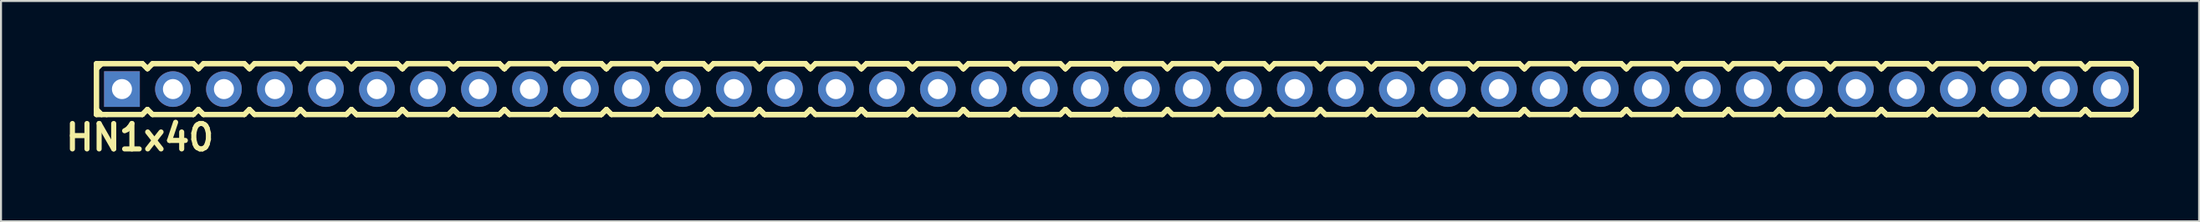
<source format=kicad_pcb>
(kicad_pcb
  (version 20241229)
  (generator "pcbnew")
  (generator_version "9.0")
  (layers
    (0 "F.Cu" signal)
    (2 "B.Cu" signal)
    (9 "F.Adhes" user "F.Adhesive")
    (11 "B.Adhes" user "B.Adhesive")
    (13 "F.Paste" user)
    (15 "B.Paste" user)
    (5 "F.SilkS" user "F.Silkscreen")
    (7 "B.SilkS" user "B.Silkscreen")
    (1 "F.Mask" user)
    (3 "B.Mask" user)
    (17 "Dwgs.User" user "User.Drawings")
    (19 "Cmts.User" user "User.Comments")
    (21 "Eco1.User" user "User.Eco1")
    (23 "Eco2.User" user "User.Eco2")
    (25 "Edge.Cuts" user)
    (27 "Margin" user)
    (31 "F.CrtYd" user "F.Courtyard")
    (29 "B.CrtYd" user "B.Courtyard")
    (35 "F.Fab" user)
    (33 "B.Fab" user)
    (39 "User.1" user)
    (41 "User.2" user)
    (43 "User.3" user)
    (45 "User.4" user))
  (footprint "HN1x40"
    (layer "F.Cu")
    (at 52.554 1.397)
    (property "Reference" "HN1x40" (at -48.641 2.413 0) (layer "F.SilkS") (effects (font (size 1.27 1.27) (thickness 0.254))))
    (attr smd)
    (fp_line (start -50.8 -1.27) (end -50.8 1.27) (stroke (width 0.254) (type solid)) (layer "F.SilkS"))
    (fp_line (start -50.8 -1.27) (end -50.8 1.27) (stroke (width 0.254) (type solid)) (layer "F.SilkS"))
    (fp_line (start -50.8 -1.27) (end -50.546 -1.27) (stroke (width 0.254) (type solid)) (layer "F.SilkS"))
    (fp_line (start -50.8 -1.27) (end -50.546 -1.27) (stroke (width 0.254) (type solid)) (layer "F.SilkS"))
    (fp_line (start -50.8 -1.016) (end -50.546 -1.27) (stroke (width 0.254) (type solid)) (layer "F.SilkS"))
    (fp_line (start -50.8 -1.016) (end -50.546 -1.27) (stroke (width 0.254) (type solid)) (layer "F.SilkS"))
    (fp_line (start -50.546 -1.27) (end -48.514 -1.27) (stroke (width 0.254) (type solid)) (layer "F.SilkS"))
    (fp_line (start -50.546 -1.27) (end -48.514 -1.27) (stroke (width 0.254) (type solid)) (layer "F.SilkS"))
    (fp_line (start -50.546 1.27) (end -50.8 1.016) (stroke (width 0.254) (type solid)) (layer "F.SilkS"))
    (fp_line (start -50.546 1.27) (end -50.8 1.016) (stroke (width 0.254) (type solid)) (layer "F.SilkS"))
    (fp_line (start -50.292 1.27) (end -50.8 1.27) (stroke (width 0.254) (type solid)) (layer "F.SilkS"))
    (fp_line (start -50.292 1.27) (end -50.8 1.27) (stroke (width 0.254) (type solid)) (layer "F.SilkS"))
    (fp_line (start -48.514 -1.27) (end -48.26 -1.016) (stroke (width 0.254) (type solid)) (layer "F.SilkS"))
    (fp_line (start -48.514 -1.27) (end -48.26 -1.016) (stroke (width 0.254) (type solid)) (layer "F.SilkS"))
    (fp_line (start -48.514 1.27) (end -50.292 1.27) (stroke (width 0.254) (type solid)) (layer "F.SilkS"))
    (fp_line (start -48.514 1.27) (end -50.292 1.27) (stroke (width 0.254) (type solid)) (layer "F.SilkS"))
    (fp_line (start -48.26 -1.016) (end -48.006 -1.27) (stroke (width 0.254) (type solid)) (layer "F.SilkS"))
    (fp_line (start -48.26 -1.016) (end -48.006 -1.27) (stroke (width 0.254) (type solid)) (layer "F.SilkS"))
    (fp_line (start -48.26 1.016) (end -48.514 1.27) (stroke (width 0.254) (type solid)) (layer "F.SilkS"))
    (fp_line (start -48.26 1.016) (end -48.514 1.27) (stroke (width 0.254) (type solid)) (layer "F.SilkS"))
    (fp_line (start -48.006 -1.27) (end -45.974 -1.27) (stroke (width 0.254) (type solid)) (layer "F.SilkS"))
    (fp_line (start -48.006 -1.27) (end -45.974 -1.27) (stroke (width 0.254) (type solid)) (layer "F.SilkS"))
    (fp_line (start -48.006 1.27) (end -48.26 1.016) (stroke (width 0.254) (type solid)) (layer "F.SilkS"))
    (fp_line (start -48.006 1.27) (end -48.26 1.016) (stroke (width 0.254) (type solid)) (layer "F.SilkS"))
    (fp_line (start -45.974 -1.27) (end -45.72 -1.016) (stroke (width 0.254) (type solid)) (layer "F.SilkS"))
    (fp_line (start -45.974 -1.27) (end -45.72 -1.016) (stroke (width 0.254) (type solid)) (layer "F.SilkS"))
    (fp_line (start -45.974 1.27) (end -48.006 1.27) (stroke (width 0.254) (type solid)) (layer "F.SilkS"))
    (fp_line (start -45.974 1.27) (end -48.006 1.27) (stroke (width 0.254) (type solid)) (layer "F.SilkS"))
    (fp_line (start -45.974 1.27) (end -45.72 1.016) (stroke (width 0.254) (type solid)) (layer "F.SilkS"))
    (fp_line (start -45.974 1.27) (end -45.72 1.016) (stroke (width 0.254) (type solid)) (layer "F.SilkS"))
    (fp_line (start -45.72 -1.016) (end -45.466 -1.27) (stroke (width 0.254) (type solid)) (layer "F.SilkS"))
    (fp_line (start -45.72 -1.016) (end -45.466 -1.27) (stroke (width 0.254) (type solid)) (layer "F.SilkS"))
    (fp_line (start -45.72 1.016) (end -45.466 1.27) (stroke (width 0.254) (type solid)) (layer "F.SilkS"))
    (fp_line (start -45.72 1.016) (end -45.466 1.27) (stroke (width 0.254) (type solid)) (layer "F.SilkS"))
    (fp_line (start -45.466 -1.27) (end -43.434 -1.27) (stroke (width 0.254) (type solid)) (layer "F.SilkS"))
    (fp_line (start -45.466 -1.27) (end -43.434 -1.27) (stroke (width 0.254) (type solid)) (layer "F.SilkS"))
    (fp_line (start -43.434 -1.27) (end -43.18 -1.016) (stroke (width 0.254) (type solid)) (layer "F.SilkS"))
    (fp_line (start -43.434 -1.27) (end -43.18 -1.016) (stroke (width 0.254) (type solid)) (layer "F.SilkS"))
    (fp_line (start -43.434 1.27) (end -45.466 1.27) (stroke (width 0.254) (type solid)) (layer "F.SilkS"))
    (fp_line (start -43.434 1.27) (end -45.466 1.27) (stroke (width 0.254) (type solid)) (layer "F.SilkS"))
    (fp_line (start -43.18 -1.016) (end -42.926 -1.27) (stroke (width 0.254) (type solid)) (layer "F.SilkS"))
    (fp_line (start -43.18 -1.016) (end -42.926 -1.27) (stroke (width 0.254) (type solid)) (layer "F.SilkS"))
    (fp_line (start -43.18 1.016) (end -43.434 1.27) (stroke (width 0.254) (type solid)) (layer "F.SilkS"))
    (fp_line (start -43.18 1.016) (end -43.434 1.27) (stroke (width 0.254) (type solid)) (layer "F.SilkS"))
    (fp_line (start -42.926 -1.27) (end -40.894 -1.27) (stroke (width 0.254) (type solid)) (layer "F.SilkS"))
    (fp_line (start -42.926 -1.27) (end -40.894 -1.27) (stroke (width 0.254) (type solid)) (layer "F.SilkS"))
    (fp_line (start -42.926 1.27) (end -43.18 1.016) (stroke (width 0.254) (type solid)) (layer "F.SilkS"))
    (fp_line (start -42.926 1.27) (end -43.18 1.016) (stroke (width 0.254) (type solid)) (layer "F.SilkS"))
    (fp_line (start -40.894 -1.27) (end -40.64 -1.016) (stroke (width 0.254) (type solid)) (layer "F.SilkS"))
    (fp_line (start -40.894 -1.27) (end -40.64 -1.016) (stroke (width 0.254) (type solid)) (layer "F.SilkS"))
    (fp_line (start -40.894 1.27) (end -42.926 1.27) (stroke (width 0.254) (type solid)) (layer "F.SilkS"))
    (fp_line (start -40.894 1.27) (end -42.926 1.27) (stroke (width 0.254) (type solid)) (layer "F.SilkS"))
    (fp_line (start -40.64 -1.016) (end -40.386 -1.27) (stroke (width 0.254) (type solid)) (layer "F.SilkS"))
    (fp_line (start -40.64 -1.016) (end -40.386 -1.27) (stroke (width 0.254) (type solid)) (layer "F.SilkS"))
    (fp_line (start -40.64 1.016) (end -40.894 1.27) (stroke (width 0.254) (type solid)) (layer "F.SilkS"))
    (fp_line (start -40.64 1.016) (end -40.894 1.27) (stroke (width 0.254) (type solid)) (layer "F.SilkS"))
    (fp_line (start -40.386 -1.27) (end -38.354 -1.27) (stroke (width 0.254) (type solid)) (layer "F.SilkS"))
    (fp_line (start -40.386 -1.27) (end -38.354 -1.27) (stroke (width 0.254) (type solid)) (layer "F.SilkS"))
    (fp_line (start -40.386 1.27) (end -40.64 1.016) (stroke (width 0.254) (type solid)) (layer "F.SilkS"))
    (fp_line (start -40.386 1.27) (end -40.64 1.016) (stroke (width 0.254) (type solid)) (layer "F.SilkS"))
    (fp_line (start -38.354 -1.27) (end -38.1 -1.016) (stroke (width 0.254) (type solid)) (layer "F.SilkS"))
    (fp_line (start -38.354 -1.27) (end -38.1 -1.016) (stroke (width 0.254) (type solid)) (layer "F.SilkS"))
    (fp_line (start -38.354 1.27) (end -40.386 1.27) (stroke (width 0.254) (type solid)) (layer "F.SilkS"))
    (fp_line (start -38.354 1.27) (end -40.386 1.27) (stroke (width 0.254) (type solid)) (layer "F.SilkS"))
    (fp_line (start -38.1 -1.016) (end -37.846 -1.27) (stroke (width 0.254) (type solid)) (layer "F.SilkS"))
    (fp_line (start -38.1 -1.016) (end -37.846 -1.27) (stroke (width 0.254) (type solid)) (layer "F.SilkS"))
    (fp_line (start -38.1 -1.016) (end -37.846 -1.27) (stroke (width 0.254) (type solid)) (layer "F.SilkS"))
    (fp_line (start -38.1 -1.016) (end -37.846 -1.27) (stroke (width 0.254) (type solid)) (layer "F.SilkS"))
    (fp_line (start -38.1 1.016) (end -38.354 1.27) (stroke (width 0.254) (type solid)) (layer "F.SilkS"))
    (fp_line (start -38.1 1.016) (end -38.354 1.27) (stroke (width 0.254) (type solid)) (layer "F.SilkS"))
    (fp_line (start -37.846 -1.27) (end -35.814 -1.27) (stroke (width 0.254) (type solid)) (layer "F.SilkS"))
    (fp_line (start -37.846 -1.27) (end -35.814 -1.27) (stroke (width 0.254) (type solid)) (layer "F.SilkS"))
    (fp_line (start -37.846 -1.27) (end -35.814 -1.27) (stroke (width 0.254) (type solid)) (layer "F.SilkS"))
    (fp_line (start -37.846 -1.27) (end -35.814 -1.27) (stroke (width 0.254) (type solid)) (layer "F.SilkS"))
    (fp_line (start -37.846 1.27) (end -38.1 1.016) (stroke (width 0.254) (type solid)) (layer "F.SilkS"))
    (fp_line (start -37.846 1.27) (end -38.1 1.016) (stroke (width 0.254) (type solid)) (layer "F.SilkS"))
    (fp_line (start -37.846 1.27) (end -38.1 1.016) (stroke (width 0.254) (type solid)) (layer "F.SilkS"))
    (fp_line (start -37.846 1.27) (end -38.1 1.016) (stroke (width 0.254) (type solid)) (layer "F.SilkS"))
    (fp_line (start -35.814 -1.27) (end -35.56 -1.016) (stroke (width 0.254) (type solid)) (layer "F.SilkS"))
    (fp_line (start -35.814 -1.27) (end -35.56 -1.016) (stroke (width 0.254) (type solid)) (layer "F.SilkS"))
    (fp_line (start -35.814 -1.27) (end -35.56 -1.016) (stroke (width 0.254) (type solid)) (layer "F.SilkS"))
    (fp_line (start -35.814 -1.27) (end -35.56 -1.016) (stroke (width 0.254) (type solid)) (layer "F.SilkS"))
    (fp_line (start -35.814 1.27) (end -37.846 1.27) (stroke (width 0.254) (type solid)) (layer "F.SilkS"))
    (fp_line (start -35.814 1.27) (end -37.846 1.27) (stroke (width 0.254) (type solid)) (layer "F.SilkS"))
    (fp_line (start -35.814 1.27) (end -37.846 1.27) (stroke (width 0.254) (type solid)) (layer "F.SilkS"))
    (fp_line (start -35.814 1.27) (end -37.846 1.27) (stroke (width 0.254) (type solid)) (layer "F.SilkS"))
    (fp_line (start -35.56 -1.016) (end -35.306 -1.27) (stroke (width 0.254) (type solid)) (layer "F.SilkS"))
    (fp_line (start -35.56 -1.016) (end -35.306 -1.27) (stroke (width 0.254) (type solid)) (layer "F.SilkS"))
    (fp_line (start -35.56 1.016) (end -35.814 1.27) (stroke (width 0.254) (type solid)) (layer "F.SilkS"))
    (fp_line (start -35.56 1.016) (end -35.814 1.27) (stroke (width 0.254) (type solid)) (layer "F.SilkS"))
    (fp_line (start -35.56 1.016) (end -35.814 1.27) (stroke (width 0.254) (type solid)) (layer "F.SilkS"))
    (fp_line (start -35.56 1.016) (end -35.814 1.27) (stroke (width 0.254) (type solid)) (layer "F.SilkS"))
    (fp_line (start -35.306 -1.27) (end -33.274 -1.27) (stroke (width 0.254) (type solid)) (layer "F.SilkS"))
    (fp_line (start -35.306 -1.27) (end -33.274 -1.27) (stroke (width 0.254) (type solid)) (layer "F.SilkS"))
    (fp_line (start -35.306 1.27) (end -35.56 1.016) (stroke (width 0.254) (type solid)) (layer "F.SilkS"))
    (fp_line (start -35.306 1.27) (end -35.56 1.016) (stroke (width 0.254) (type solid)) (layer "F.SilkS"))
    (fp_line (start -33.274 -1.27) (end -33.02 -1.016) (stroke (width 0.254) (type solid)) (layer "F.SilkS"))
    (fp_line (start -33.274 -1.27) (end -33.02 -1.016) (stroke (width 0.254) (type solid)) (layer "F.SilkS"))
    (fp_line (start -33.274 1.27) (end -35.306 1.27) (stroke (width 0.254) (type solid)) (layer "F.SilkS"))
    (fp_line (start -33.274 1.27) (end -35.306 1.27) (stroke (width 0.254) (type solid)) (layer "F.SilkS"))
    (fp_line (start -33.02 -1.016) (end -32.766 -1.27) (stroke (width 0.254) (type solid)) (layer "F.SilkS"))
    (fp_line (start -33.02 -1.016) (end -32.766 -1.27) (stroke (width 0.254) (type solid)) (layer "F.SilkS"))
    (fp_line (start -33.02 -1.016) (end -32.766 -1.27) (stroke (width 0.254) (type solid)) (layer "F.SilkS"))
    (fp_line (start -33.02 -1.016) (end -32.766 -1.27) (stroke (width 0.254) (type solid)) (layer "F.SilkS"))
    (fp_line (start -33.02 1.016) (end -33.274 1.27) (stroke (width 0.254) (type solid)) (layer "F.SilkS"))
    (fp_line (start -33.02 1.016) (end -33.274 1.27) (stroke (width 0.254) (type solid)) (layer "F.SilkS"))
    (fp_line (start -32.766 -1.27) (end -30.734 -1.27) (stroke (width 0.254) (type solid)) (layer "F.SilkS"))
    (fp_line (start -32.766 -1.27) (end -30.734 -1.27) (stroke (width 0.254) (type solid)) (layer "F.SilkS"))
    (fp_line (start -32.766 -1.27) (end -30.734 -1.27) (stroke (width 0.254) (type solid)) (layer "F.SilkS"))
    (fp_line (start -32.766 -1.27) (end -30.734 -1.27) (stroke (width 0.254) (type solid)) (layer "F.SilkS"))
    (fp_line (start -32.766 1.27) (end -33.02 1.016) (stroke (width 0.254) (type solid)) (layer "F.SilkS"))
    (fp_line (start -32.766 1.27) (end -33.02 1.016) (stroke (width 0.254) (type solid)) (layer "F.SilkS"))
    (fp_line (start -32.766 1.27) (end -33.02 1.016) (stroke (width 0.254) (type solid)) (layer "F.SilkS"))
    (fp_line (start -32.766 1.27) (end -33.02 1.016) (stroke (width 0.254) (type solid)) (layer "F.SilkS"))
    (fp_line (start -30.734 -1.27) (end -30.48 -1.016) (stroke (width 0.254) (type solid)) (layer "F.SilkS"))
    (fp_line (start -30.734 -1.27) (end -30.48 -1.016) (stroke (width 0.254) (type solid)) (layer "F.SilkS"))
    (fp_line (start -30.734 -1.27) (end -30.48 -1.016) (stroke (width 0.254) (type solid)) (layer "F.SilkS"))
    (fp_line (start -30.734 -1.27) (end -30.48 -1.016) (stroke (width 0.254) (type solid)) (layer "F.SilkS"))
    (fp_line (start -30.734 1.27) (end -32.766 1.27) (stroke (width 0.254) (type solid)) (layer "F.SilkS"))
    (fp_line (start -30.734 1.27) (end -32.766 1.27) (stroke (width 0.254) (type solid)) (layer "F.SilkS"))
    (fp_line (start -30.734 1.27) (end -32.766 1.27) (stroke (width 0.254) (type solid)) (layer "F.SilkS"))
    (fp_line (start -30.734 1.27) (end -32.766 1.27) (stroke (width 0.254) (type solid)) (layer "F.SilkS"))
    (fp_line (start -30.48 -1.016) (end -30.226 -1.27) (stroke (width 0.254) (type solid)) (layer "F.SilkS"))
    (fp_line (start -30.48 -1.016) (end -30.226 -1.27) (stroke (width 0.254) (type solid)) (layer "F.SilkS"))
    (fp_line (start -30.48 1.016) (end -30.734 1.27) (stroke (width 0.254) (type solid)) (layer "F.SilkS"))
    (fp_line (start -30.48 1.016) (end -30.734 1.27) (stroke (width 0.254) (type solid)) (layer "F.SilkS"))
    (fp_line (start -30.48 1.016) (end -30.734 1.27) (stroke (width 0.254) (type solid)) (layer "F.SilkS"))
    (fp_line (start -30.48 1.016) (end -30.734 1.27) (stroke (width 0.254) (type solid)) (layer "F.SilkS"))
    (fp_line (start -30.226 -1.27) (end -28.194 -1.27) (stroke (width 0.254) (type solid)) (layer "F.SilkS"))
    (fp_line (start -30.226 -1.27) (end -28.194 -1.27) (stroke (width 0.254) (type solid)) (layer "F.SilkS"))
    (fp_line (start -30.226 1.27) (end -30.48 1.016) (stroke (width 0.254) (type solid)) (layer "F.SilkS"))
    (fp_line (start -30.226 1.27) (end -30.48 1.016) (stroke (width 0.254) (type solid)) (layer "F.SilkS"))
    (fp_line (start -28.194 -1.27) (end -27.94 -1.016) (stroke (width 0.254) (type solid)) (layer "F.SilkS"))
    (fp_line (start -28.194 -1.27) (end -27.94 -1.016) (stroke (width 0.254) (type solid)) (layer "F.SilkS"))
    (fp_line (start -28.194 1.27) (end -30.226 1.27) (stroke (width 0.254) (type solid)) (layer "F.SilkS"))
    (fp_line (start -28.194 1.27) (end -30.226 1.27) (stroke (width 0.254) (type solid)) (layer "F.SilkS"))
    (fp_line (start -27.94 -1.016) (end -27.686 -1.27) (stroke (width 0.254) (type solid)) (layer "F.SilkS"))
    (fp_line (start -27.94 -1.016) (end -27.686 -1.27) (stroke (width 0.254) (type solid)) (layer "F.SilkS"))
    (fp_line (start -27.94 -1.016) (end -27.686 -1.27) (stroke (width 0.254) (type solid)) (layer "F.SilkS"))
    (fp_line (start -27.94 -1.016) (end -27.686 -1.27) (stroke (width 0.254) (type solid)) (layer "F.SilkS"))
    (fp_line (start -27.94 1.016) (end -28.194 1.27) (stroke (width 0.254) (type solid)) (layer "F.SilkS"))
    (fp_line (start -27.94 1.016) (end -28.194 1.27) (stroke (width 0.254) (type solid)) (layer "F.SilkS"))
    (fp_line (start -27.686 -1.27) (end -25.654 -1.27) (stroke (width 0.254) (type solid)) (layer "F.SilkS"))
    (fp_line (start -27.686 -1.27) (end -25.654 -1.27) (stroke (width 0.254) (type solid)) (layer "F.SilkS"))
    (fp_line (start -27.686 -1.27) (end -25.654 -1.27) (stroke (width 0.254) (type solid)) (layer "F.SilkS"))
    (fp_line (start -27.686 -1.27) (end -25.654 -1.27) (stroke (width 0.254) (type solid)) (layer "F.SilkS"))
    (fp_line (start -27.686 1.27) (end -27.94 1.016) (stroke (width 0.254) (type solid)) (layer "F.SilkS"))
    (fp_line (start -27.686 1.27) (end -27.94 1.016) (stroke (width 0.254) (type solid)) (layer "F.SilkS"))
    (fp_line (start -27.686 1.27) (end -27.94 1.016) (stroke (width 0.254) (type solid)) (layer "F.SilkS"))
    (fp_line (start -27.686 1.27) (end -27.94 1.016) (stroke (width 0.254) (type solid)) (layer "F.SilkS"))
    (fp_line (start -25.654 -1.27) (end -25.4 -1.016) (stroke (width 0.254) (type solid)) (layer "F.SilkS"))
    (fp_line (start -25.654 -1.27) (end -25.4 -1.016) (stroke (width 0.254) (type solid)) (layer "F.SilkS"))
    (fp_line (start -25.654 -1.27) (end -25.4 -1.016) (stroke (width 0.254) (type solid)) (layer "F.SilkS"))
    (fp_line (start -25.654 -1.27) (end -25.4 -1.016) (stroke (width 0.254) (type solid)) (layer "F.SilkS"))
    (fp_line (start -25.654 1.27) (end -27.686 1.27) (stroke (width 0.254) (type solid)) (layer "F.SilkS"))
    (fp_line (start -25.654 1.27) (end -27.686 1.27) (stroke (width 0.254) (type solid)) (layer "F.SilkS"))
    (fp_line (start -25.654 1.27) (end -27.686 1.27) (stroke (width 0.254) (type solid)) (layer "F.SilkS"))
    (fp_line (start -25.654 1.27) (end -27.686 1.27) (stroke (width 0.254) (type solid)) (layer "F.SilkS"))
    (fp_line (start -25.4 -1.016) (end -25.146 -1.27) (stroke (width 0.254) (type solid)) (layer "F.SilkS"))
    (fp_line (start -25.4 -1.016) (end -25.146 -1.27) (stroke (width 0.254) (type solid)) (layer "F.SilkS"))
    (fp_line (start -25.4 1.016) (end -25.654 1.27) (stroke (width 0.254) (type solid)) (layer "F.SilkS"))
    (fp_line (start -25.4 1.016) (end -25.654 1.27) (stroke (width 0.254) (type solid)) (layer "F.SilkS"))
    (fp_line (start -25.4 1.016) (end -25.654 1.27) (stroke (width 0.254) (type solid)) (layer "F.SilkS"))
    (fp_line (start -25.4 1.016) (end -25.654 1.27) (stroke (width 0.254) (type solid)) (layer "F.SilkS"))
    (fp_line (start -25.146 -1.27) (end -23.114 -1.27) (stroke (width 0.254) (type solid)) (layer "F.SilkS"))
    (fp_line (start -25.146 -1.27) (end -23.114 -1.27) (stroke (width 0.254) (type solid)) (layer "F.SilkS"))
    (fp_line (start -25.146 1.27) (end -25.4 1.016) (stroke (width 0.254) (type solid)) (layer "F.SilkS"))
    (fp_line (start -25.146 1.27) (end -25.4 1.016) (stroke (width 0.254) (type solid)) (layer "F.SilkS"))
    (fp_line (start -23.114 -1.27) (end -22.86 -1.016) (stroke (width 0.254) (type solid)) (layer "F.SilkS"))
    (fp_line (start -23.114 -1.27) (end -22.86 -1.016) (stroke (width 0.254) (type solid)) (layer "F.SilkS"))
    (fp_line (start -23.114 1.27) (end -25.146 1.27) (stroke (width 0.254) (type solid)) (layer "F.SilkS"))
    (fp_line (start -23.114 1.27) (end -25.146 1.27) (stroke (width 0.254) (type solid)) (layer "F.SilkS"))
    (fp_line (start -22.86 -1.016) (end -22.606 -1.27) (stroke (width 0.254) (type solid)) (layer "F.SilkS"))
    (fp_line (start -22.86 -1.016) (end -22.606 -1.27) (stroke (width 0.254) (type solid)) (layer "F.SilkS"))
    (fp_line (start -22.86 -1.016) (end -22.606 -1.27) (stroke (width 0.254) (type solid)) (layer "F.SilkS"))
    (fp_line (start -22.86 -1.016) (end -22.606 -1.27) (stroke (width 0.254) (type solid)) (layer "F.SilkS"))
    (fp_line (start -22.86 1.016) (end -23.114 1.27) (stroke (width 0.254) (type solid)) (layer "F.SilkS"))
    (fp_line (start -22.86 1.016) (end -23.114 1.27) (stroke (width 0.254) (type solid)) (layer "F.SilkS"))
    (fp_line (start -22.606 -1.27) (end -20.574 -1.27) (stroke (width 0.254) (type solid)) (layer "F.SilkS"))
    (fp_line (start -22.606 -1.27) (end -20.574 -1.27) (stroke (width 0.254) (type solid)) (layer "F.SilkS"))
    (fp_line (start -22.606 -1.27) (end -20.574 -1.27) (stroke (width 0.254) (type solid)) (layer "F.SilkS"))
    (fp_line (start -22.606 -1.27) (end -20.574 -1.27) (stroke (width 0.254) (type solid)) (layer "F.SilkS"))
    (fp_line (start -22.606 1.27) (end -22.86 1.016) (stroke (width 0.254) (type solid)) (layer "F.SilkS"))
    (fp_line (start -22.606 1.27) (end -22.86 1.016) (stroke (width 0.254) (type solid)) (layer "F.SilkS"))
    (fp_line (start -22.606 1.27) (end -22.86 1.016) (stroke (width 0.254) (type solid)) (layer "F.SilkS"))
    (fp_line (start -22.606 1.27) (end -22.86 1.016) (stroke (width 0.254) (type solid)) (layer "F.SilkS"))
    (fp_line (start -20.574 -1.27) (end -20.32 -1.016) (stroke (width 0.254) (type solid)) (layer "F.SilkS"))
    (fp_line (start -20.574 -1.27) (end -20.32 -1.016) (stroke (width 0.254) (type solid)) (layer "F.SilkS"))
    (fp_line (start -20.574 -1.27) (end -20.32 -1.016) (stroke (width 0.254) (type solid)) (layer "F.SilkS"))
    (fp_line (start -20.574 -1.27) (end -20.32 -1.016) (stroke (width 0.254) (type solid)) (layer "F.SilkS"))
    (fp_line (start -20.574 1.27) (end -22.606 1.27) (stroke (width 0.254) (type solid)) (layer "F.SilkS"))
    (fp_line (start -20.574 1.27) (end -22.606 1.27) (stroke (width 0.254) (type solid)) (layer "F.SilkS"))
    (fp_line (start -20.574 1.27) (end -22.606 1.27) (stroke (width 0.254) (type solid)) (layer "F.SilkS"))
    (fp_line (start -20.574 1.27) (end -22.606 1.27) (stroke (width 0.254) (type solid)) (layer "F.SilkS"))
    (fp_line (start -20.32 -1.016) (end -20.066 -1.27) (stroke (width 0.254) (type solid)) (layer "F.SilkS"))
    (fp_line (start -20.32 -1.016) (end -20.066 -1.27) (stroke (width 0.254) (type solid)) (layer "F.SilkS"))
    (fp_line (start -20.32 1.016) (end -20.574 1.27) (stroke (width 0.254) (type solid)) (layer "F.SilkS"))
    (fp_line (start -20.32 1.016) (end -20.574 1.27) (stroke (width 0.254) (type solid)) (layer "F.SilkS"))
    (fp_line (start -20.32 1.016) (end -20.574 1.27) (stroke (width 0.254) (type solid)) (layer "F.SilkS"))
    (fp_line (start -20.32 1.016) (end -20.574 1.27) (stroke (width 0.254) (type solid)) (layer "F.SilkS"))
    (fp_line (start -20.066 -1.27) (end -18.034 -1.27) (stroke (width 0.254) (type solid)) (layer "F.SilkS"))
    (fp_line (start -20.066 -1.27) (end -18.034 -1.27) (stroke (width 0.254) (type solid)) (layer "F.SilkS"))
    (fp_line (start -20.066 1.27) (end -20.32 1.016) (stroke (width 0.254) (type solid)) (layer "F.SilkS"))
    (fp_line (start -20.066 1.27) (end -20.32 1.016) (stroke (width 0.254) (type solid)) (layer "F.SilkS"))
    (fp_line (start -18.034 -1.27) (end -17.78 -1.016) (stroke (width 0.254) (type solid)) (layer "F.SilkS"))
    (fp_line (start -18.034 -1.27) (end -17.78 -1.016) (stroke (width 0.254) (type solid)) (layer "F.SilkS"))
    (fp_line (start -18.034 1.27) (end -20.066 1.27) (stroke (width 0.254) (type solid)) (layer "F.SilkS"))
    (fp_line (start -18.034 1.27) (end -20.066 1.27) (stroke (width 0.254) (type solid)) (layer "F.SilkS"))
    (fp_line (start -17.78 -1.016) (end -17.526 -1.27) (stroke (width 0.254) (type solid)) (layer "F.SilkS"))
    (fp_line (start -17.78 -1.016) (end -17.526 -1.27) (stroke (width 0.254) (type solid)) (layer "F.SilkS"))
    (fp_line (start -17.78 -1.016) (end -17.526 -1.27) (stroke (width 0.254) (type solid)) (layer "F.SilkS"))
    (fp_line (start -17.78 -1.016) (end -17.526 -1.27) (stroke (width 0.254) (type solid)) (layer "F.SilkS"))
    (fp_line (start -17.78 1.016) (end -18.034 1.27) (stroke (width 0.254) (type solid)) (layer "F.SilkS"))
    (fp_line (start -17.78 1.016) (end -18.034 1.27) (stroke (width 0.254) (type solid)) (layer "F.SilkS"))
    (fp_line (start -17.526 -1.27) (end -15.494 -1.27) (stroke (width 0.254) (type solid)) (layer "F.SilkS"))
    (fp_line (start -17.526 -1.27) (end -15.494 -1.27) (stroke (width 0.254) (type solid)) (layer "F.SilkS"))
    (fp_line (start -17.526 -1.27) (end -15.494 -1.27) (stroke (width 0.254) (type solid)) (layer "F.SilkS"))
    (fp_line (start -17.526 -1.27) (end -15.494 -1.27) (stroke (width 0.254) (type solid)) (layer "F.SilkS"))
    (fp_line (start -17.526 1.27) (end -17.78 1.016) (stroke (width 0.254) (type solid)) (layer "F.SilkS"))
    (fp_line (start -17.526 1.27) (end -17.78 1.016) (stroke (width 0.254) (type solid)) (layer "F.SilkS"))
    (fp_line (start -17.526 1.27) (end -17.78 1.016) (stroke (width 0.254) (type solid)) (layer "F.SilkS"))
    (fp_line (start -17.526 1.27) (end -17.78 1.016) (stroke (width 0.254) (type solid)) (layer "F.SilkS"))
    (fp_line (start -15.494 -1.27) (end -15.24 -1.016) (stroke (width 0.254) (type solid)) (layer "F.SilkS"))
    (fp_line (start -15.494 -1.27) (end -15.24 -1.016) (stroke (width 0.254) (type solid)) (layer "F.SilkS"))
    (fp_line (start -15.494 -1.27) (end -15.24 -1.016) (stroke (width 0.254) (type solid)) (layer "F.SilkS"))
    (fp_line (start -15.494 -1.27) (end -15.24 -1.016) (stroke (width 0.254) (type solid)) (layer "F.SilkS"))
    (fp_line (start -15.494 1.27) (end -17.526 1.27) (stroke (width 0.254) (type solid)) (layer "F.SilkS"))
    (fp_line (start -15.494 1.27) (end -17.526 1.27) (stroke (width 0.254) (type solid)) (layer "F.SilkS"))
    (fp_line (start -15.494 1.27) (end -17.526 1.27) (stroke (width 0.254) (type solid)) (layer "F.SilkS"))
    (fp_line (start -15.494 1.27) (end -17.526 1.27) (stroke (width 0.254) (type solid)) (layer "F.SilkS"))
    (fp_line (start -15.24 -1.016) (end -14.986 -1.27) (stroke (width 0.254) (type solid)) (layer "F.SilkS"))
    (fp_line (start -15.24 -1.016) (end -14.986 -1.27) (stroke (width 0.254) (type solid)) (layer "F.SilkS"))
    (fp_line (start -15.24 1.016) (end -15.494 1.27) (stroke (width 0.254) (type solid)) (layer "F.SilkS"))
    (fp_line (start -15.24 1.016) (end -15.494 1.27) (stroke (width 0.254) (type solid)) (layer "F.SilkS"))
    (fp_line (start -15.24 1.016) (end -15.494 1.27) (stroke (width 0.254) (type solid)) (layer "F.SilkS"))
    (fp_line (start -15.24 1.016) (end -15.494 1.27) (stroke (width 0.254) (type solid)) (layer "F.SilkS"))
    (fp_line (start -14.986 -1.27) (end -12.954 -1.27) (stroke (width 0.254) (type solid)) (layer "F.SilkS"))
    (fp_line (start -14.986 -1.27) (end -12.954 -1.27) (stroke (width 0.254) (type solid)) (layer "F.SilkS"))
    (fp_line (start -14.986 1.27) (end -15.24 1.016) (stroke (width 0.254) (type solid)) (layer "F.SilkS"))
    (fp_line (start -14.986 1.27) (end -15.24 1.016) (stroke (width 0.254) (type solid)) (layer "F.SilkS"))
    (fp_line (start -12.954 -1.27) (end -12.7 -1.016) (stroke (width 0.254) (type solid)) (layer "F.SilkS"))
    (fp_line (start -12.954 -1.27) (end -12.7 -1.016) (stroke (width 0.254) (type solid)) (layer "F.SilkS"))
    (fp_line (start -12.954 1.27) (end -14.986 1.27) (stroke (width 0.254) (type solid)) (layer "F.SilkS"))
    (fp_line (start -12.954 1.27) (end -14.986 1.27) (stroke (width 0.254) (type solid)) (layer "F.SilkS"))
    (fp_line (start -12.7 -1.016) (end -12.446 -1.27) (stroke (width 0.254) (type solid)) (layer "F.SilkS"))
    (fp_line (start -12.7 -1.016) (end -12.446 -1.27) (stroke (width 0.254) (type solid)) (layer "F.SilkS"))
    (fp_line (start -12.7 -1.016) (end -12.446 -1.27) (stroke (width 0.254) (type solid)) (layer "F.SilkS"))
    (fp_line (start -12.7 -1.016) (end -12.446 -1.27) (stroke (width 0.254) (type solid)) (layer "F.SilkS"))
    (fp_line (start -12.7 1.016) (end -12.954 1.27) (stroke (width 0.254) (type solid)) (layer "F.SilkS"))
    (fp_line (start -12.7 1.016) (end -12.954 1.27) (stroke (width 0.254) (type solid)) (layer "F.SilkS"))
    (fp_line (start -12.446 -1.27) (end -10.414 -1.27) (stroke (width 0.254) (type solid)) (layer "F.SilkS"))
    (fp_line (start -12.446 -1.27) (end -10.414 -1.27) (stroke (width 0.254) (type solid)) (layer "F.SilkS"))
    (fp_line (start -12.446 -1.27) (end -10.414 -1.27) (stroke (width 0.254) (type solid)) (layer "F.SilkS"))
    (fp_line (start -12.446 -1.27) (end -10.414 -1.27) (stroke (width 0.254) (type solid)) (layer "F.SilkS"))
    (fp_line (start -12.446 1.27) (end -12.7 1.016) (stroke (width 0.254) (type solid)) (layer "F.SilkS"))
    (fp_line (start -12.446 1.27) (end -12.7 1.016) (stroke (width 0.254) (type solid)) (layer "F.SilkS"))
    (fp_line (start -12.446 1.27) (end -12.7 1.016) (stroke (width 0.254) (type solid)) (layer "F.SilkS"))
    (fp_line (start -12.446 1.27) (end -12.7 1.016) (stroke (width 0.254) (type solid)) (layer "F.SilkS"))
    (fp_line (start -10.414 -1.27) (end -10.16 -1.016) (stroke (width 0.254) (type solid)) (layer "F.SilkS"))
    (fp_line (start -10.414 -1.27) (end -10.16 -1.016) (stroke (width 0.254) (type solid)) (layer "F.SilkS"))
    (fp_line (start -10.414 -1.27) (end -10.16 -1.016) (stroke (width 0.254) (type solid)) (layer "F.SilkS"))
    (fp_line (start -10.414 -1.27) (end -10.16 -1.016) (stroke (width 0.254) (type solid)) (layer "F.SilkS"))
    (fp_line (start -10.414 1.27) (end -12.446 1.27) (stroke (width 0.254) (type solid)) (layer "F.SilkS"))
    (fp_line (start -10.414 1.27) (end -12.446 1.27) (stroke (width 0.254) (type solid)) (layer "F.SilkS"))
    (fp_line (start -10.414 1.27) (end -12.446 1.27) (stroke (width 0.254) (type solid)) (layer "F.SilkS"))
    (fp_line (start -10.414 1.27) (end -12.446 1.27) (stroke (width 0.254) (type solid)) (layer "F.SilkS"))
    (fp_line (start -10.16 -1.016) (end -9.906 -1.27) (stroke (width 0.254) (type solid)) (layer "F.SilkS"))
    (fp_line (start -10.16 -1.016) (end -9.906 -1.27) (stroke (width 0.254) (type solid)) (layer "F.SilkS"))
    (fp_line (start -10.16 1.016) (end -10.414 1.27) (stroke (width 0.254) (type solid)) (layer "F.SilkS"))
    (fp_line (start -10.16 1.016) (end -10.414 1.27) (stroke (width 0.254) (type solid)) (layer "F.SilkS"))
    (fp_line (start -10.16 1.016) (end -10.414 1.27) (stroke (width 0.254) (type solid)) (layer "F.SilkS"))
    (fp_line (start -10.16 1.016) (end -10.414 1.27) (stroke (width 0.254) (type solid)) (layer "F.SilkS"))
    (fp_line (start -9.906 -1.27) (end -7.874 -1.27) (stroke (width 0.254) (type solid)) (layer "F.SilkS"))
    (fp_line (start -9.906 -1.27) (end -7.874 -1.27) (stroke (width 0.254) (type solid)) (layer "F.SilkS"))
    (fp_line (start -9.906 1.27) (end -10.16 1.016) (stroke (width 0.254) (type solid)) (layer "F.SilkS"))
    (fp_line (start -9.906 1.27) (end -10.16 1.016) (stroke (width 0.254) (type solid)) (layer "F.SilkS"))
    (fp_line (start -7.874 -1.27) (end -7.62 -1.016) (stroke (width 0.254) (type solid)) (layer "F.SilkS"))
    (fp_line (start -7.874 -1.27) (end -7.62 -1.016) (stroke (width 0.254) (type solid)) (layer "F.SilkS"))
    (fp_line (start -7.874 1.27) (end -9.906 1.27) (stroke (width 0.254) (type solid)) (layer "F.SilkS"))
    (fp_line (start -7.874 1.27) (end -9.906 1.27) (stroke (width 0.254) (type solid)) (layer "F.SilkS"))
    (fp_line (start -7.62 -1.016) (end -7.366 -1.27) (stroke (width 0.254) (type solid)) (layer "F.SilkS"))
    (fp_line (start -7.62 -1.016) (end -7.366 -1.27) (stroke (width 0.254) (type solid)) (layer "F.SilkS"))
    (fp_line (start -7.62 -1.016) (end -7.366 -1.27) (stroke (width 0.254) (type solid)) (layer "F.SilkS"))
    (fp_line (start -7.62 -1.016) (end -7.366 -1.27) (stroke (width 0.254) (type solid)) (layer "F.SilkS"))
    (fp_line (start -7.62 1.016) (end -7.874 1.27) (stroke (width 0.254) (type solid)) (layer "F.SilkS"))
    (fp_line (start -7.62 1.016) (end -7.874 1.27) (stroke (width 0.254) (type solid)) (layer "F.SilkS"))
    (fp_line (start -7.366 -1.27) (end -5.334 -1.27) (stroke (width 0.254) (type solid)) (layer "F.SilkS"))
    (fp_line (start -7.366 -1.27) (end -5.334 -1.27) (stroke (width 0.254) (type solid)) (layer "F.SilkS"))
    (fp_line (start -7.366 -1.27) (end -5.334 -1.27) (stroke (width 0.254) (type solid)) (layer "F.SilkS"))
    (fp_line (start -7.366 -1.27) (end -5.334 -1.27) (stroke (width 0.254) (type solid)) (layer "F.SilkS"))
    (fp_line (start -7.366 1.27) (end -7.62 1.016) (stroke (width 0.254) (type solid)) (layer "F.SilkS"))
    (fp_line (start -7.366 1.27) (end -7.62 1.016) (stroke (width 0.254) (type solid)) (layer "F.SilkS"))
    (fp_line (start -7.366 1.27) (end -7.62 1.016) (stroke (width 0.254) (type solid)) (layer "F.SilkS"))
    (fp_line (start -7.366 1.27) (end -7.62 1.016) (stroke (width 0.254) (type solid)) (layer "F.SilkS"))
    (fp_line (start -5.334 -1.27) (end -5.08 -1.016) (stroke (width 0.254) (type solid)) (layer "F.SilkS"))
    (fp_line (start -5.334 -1.27) (end -5.08 -1.016) (stroke (width 0.254) (type solid)) (layer "F.SilkS"))
    (fp_line (start -5.334 -1.27) (end -5.08 -1.016) (stroke (width 0.254) (type solid)) (layer "F.SilkS"))
    (fp_line (start -5.334 -1.27) (end -5.08 -1.016) (stroke (width 0.254) (type solid)) (layer "F.SilkS"))
    (fp_line (start -5.334 1.27) (end -7.366 1.27) (stroke (width 0.254) (type solid)) (layer "F.SilkS"))
    (fp_line (start -5.334 1.27) (end -7.366 1.27) (stroke (width 0.254) (type solid)) (layer "F.SilkS"))
    (fp_line (start -5.334 1.27) (end -7.366 1.27) (stroke (width 0.254) (type solid)) (layer "F.SilkS"))
    (fp_line (start -5.334 1.27) (end -7.366 1.27) (stroke (width 0.254) (type solid)) (layer "F.SilkS"))
    (fp_line (start -5.08 -1.016) (end -4.826 -1.27) (stroke (width 0.254) (type solid)) (layer "F.SilkS"))
    (fp_line (start -5.08 -1.016) (end -4.826 -1.27) (stroke (width 0.254) (type solid)) (layer "F.SilkS"))
    (fp_line (start -5.08 1.016) (end -5.334 1.27) (stroke (width 0.254) (type solid)) (layer "F.SilkS"))
    (fp_line (start -5.08 1.016) (end -5.334 1.27) (stroke (width 0.254) (type solid)) (layer "F.SilkS"))
    (fp_line (start -5.08 1.016) (end -5.334 1.27) (stroke (width 0.254) (type solid)) (layer "F.SilkS"))
    (fp_line (start -5.08 1.016) (end -5.334 1.27) (stroke (width 0.254) (type solid)) (layer "F.SilkS"))
    (fp_line (start -4.826 -1.27) (end -2.794 -1.27) (stroke (width 0.254) (type solid)) (layer "F.SilkS"))
    (fp_line (start -4.826 -1.27) (end -2.794 -1.27) (stroke (width 0.254) (type solid)) (layer "F.SilkS"))
    (fp_line (start -4.826 1.27) (end -5.08 1.016) (stroke (width 0.254) (type solid)) (layer "F.SilkS"))
    (fp_line (start -4.826 1.27) (end -5.08 1.016) (stroke (width 0.254) (type solid)) (layer "F.SilkS"))
    (fp_line (start -2.794 -1.27) (end -2.54 -1.016) (stroke (width 0.254) (type solid)) (layer "F.SilkS"))
    (fp_line (start -2.794 -1.27) (end -2.54 -1.016) (stroke (width 0.254) (type solid)) (layer "F.SilkS"))
    (fp_line (start -2.794 1.27) (end -4.826 1.27) (stroke (width 0.254) (type solid)) (layer "F.SilkS"))
    (fp_line (start -2.794 1.27) (end -4.826 1.27) (stroke (width 0.254) (type solid)) (layer "F.SilkS"))
    (fp_line (start -2.54 -1.016) (end -2.286 -1.27) (stroke (width 0.254) (type solid)) (layer "F.SilkS"))
    (fp_line (start -2.54 -1.016) (end -2.286 -1.27) (stroke (width 0.254) (type solid)) (layer "F.SilkS"))
    (fp_line (start -2.54 -1.016) (end -2.286 -1.27) (stroke (width 0.254) (type solid)) (layer "F.SilkS"))
    (fp_line (start -2.54 -1.016) (end -2.286 -1.27) (stroke (width 0.254) (type solid)) (layer "F.SilkS"))
    (fp_line (start -2.54 1.016) (end -2.794 1.27) (stroke (width 0.254) (type solid)) (layer "F.SilkS"))
    (fp_line (start -2.54 1.016) (end -2.794 1.27) (stroke (width 0.254) (type solid)) (layer "F.SilkS"))
    (fp_line (start -2.286 -1.27) (end -0.254 -1.27) (stroke (width 0.254) (type solid)) (layer "F.SilkS"))
    (fp_line (start -2.286 -1.27) (end -0.254 -1.27) (stroke (width 0.254) (type solid)) (layer "F.SilkS"))
    (fp_line (start -2.286 -1.27) (end -0.254 -1.27) (stroke (width 0.254) (type solid)) (layer "F.SilkS"))
    (fp_line (start -2.286 -1.27) (end -0.254 -1.27) (stroke (width 0.254) (type solid)) (layer "F.SilkS"))
    (fp_line (start -2.286 1.27) (end -2.54 1.016) (stroke (width 0.254) (type solid)) (layer "F.SilkS"))
    (fp_line (start -2.286 1.27) (end -2.54 1.016) (stroke (width 0.254) (type solid)) (layer "F.SilkS"))
    (fp_line (start -2.286 1.27) (end -2.54 1.016) (stroke (width 0.254) (type solid)) (layer "F.SilkS"))
    (fp_line (start -2.286 1.27) (end -2.54 1.016) (stroke (width 0.254) (type solid)) (layer "F.SilkS"))
    (fp_line (start -0.254 -1.27) (end 0 -1.016) (stroke (width 0.254) (type solid)) (layer "F.SilkS"))
    (fp_line (start -0.254 -1.27) (end 0 -1.016) (stroke (width 0.254) (type solid)) (layer "F.SilkS"))
    (fp_line (start -0.254 -1.27) (end 0 -1.016) (stroke (width 0.254) (type solid)) (layer "F.SilkS"))
    (fp_line (start -0.254 -1.27) (end 0 -1.016) (stroke (width 0.254) (type solid)) (layer "F.SilkS"))
    (fp_line (start -0.254 1.27) (end -2.286 1.27) (stroke (width 0.254) (type solid)) (layer "F.SilkS"))
    (fp_line (start -0.254 1.27) (end -2.286 1.27) (stroke (width 0.254) (type solid)) (layer "F.SilkS"))
    (fp_line (start -0.254 1.27) (end -2.286 1.27) (stroke (width 0.254) (type solid)) (layer "F.SilkS"))
    (fp_line (start -0.254 1.27) (end -2.286 1.27) (stroke (width 0.254) (type solid)) (layer "F.SilkS"))
    (fp_line (start 0 -1.27) (end 0.254 -1.27) (stroke (width 0.254) (type solid)) (layer "F.SilkS"))
    (fp_line (start 0 -1.27) (end 0.254 -1.27) (stroke (width 0.254) (type solid)) (layer "F.SilkS"))
    (fp_line (start 0 -1.016) (end 0.254 -1.27) (stroke (width 0.254) (type solid)) (layer "F.SilkS"))
    (fp_line (start 0 -1.016) (end 0.254 -1.27) (stroke (width 0.254) (type solid)) (layer "F.SilkS"))
    (fp_line (start 0 1.016) (end -0.254 1.27) (stroke (width 0.254) (type solid)) (layer "F.SilkS"))
    (fp_line (start 0 1.016) (end -0.254 1.27) (stroke (width 0.254) (type solid)) (layer "F.SilkS"))
    (fp_line (start 0 1.016) (end -0.254 1.27) (stroke (width 0.254) (type solid)) (layer "F.SilkS"))
    (fp_line (start 0 1.016) (end -0.254 1.27) (stroke (width 0.254) (type solid)) (layer "F.SilkS"))
    (fp_line (start 0.254 -1.27) (end 2.286 -1.27) (stroke (width 0.254) (type solid)) (layer "F.SilkS"))
    (fp_line (start 0.254 -1.27) (end 2.286 -1.27) (stroke (width 0.254) (type solid)) (layer "F.SilkS"))
    (fp_line (start 0.254 1.27) (end 0 1.016) (stroke (width 0.254) (type solid)) (layer "F.SilkS"))
    (fp_line (start 0.254 1.27) (end 0 1.016) (stroke (width 0.254) (type solid)) (layer "F.SilkS"))
    (fp_line (start 0.508 1.27) (end 0 1.27) (stroke (width 0.254) (type solid)) (layer "F.SilkS"))
    (fp_line (start 0.508 1.27) (end 0 1.27) (stroke (width 0.254) (type solid)) (layer "F.SilkS"))
    (fp_line (start 2.286 -1.27) (end 2.54 -1.016) (stroke (width 0.254) (type solid)) (layer "F.SilkS"))
    (fp_line (start 2.286 -1.27) (end 2.54 -1.016) (stroke (width 0.254) (type solid)) (layer "F.SilkS"))
    (fp_line (start 2.286 1.27) (end 0.508 1.27) (stroke (width 0.254) (type solid)) (layer "F.SilkS"))
    (fp_line (start 2.286 1.27) (end 0.508 1.27) (stroke (width 0.254) (type solid)) (layer "F.SilkS"))
    (fp_line (start 2.54 -1.016) (end 2.794 -1.27) (stroke (width 0.254) (type solid)) (layer "F.SilkS"))
    (fp_line (start 2.54 -1.016) (end 2.794 -1.27) (stroke (width 0.254) (type solid)) (layer "F.SilkS"))
    (fp_line (start 2.54 1.016) (end 2.286 1.27) (stroke (width 0.254) (type solid)) (layer "F.SilkS"))
    (fp_line (start 2.54 1.016) (end 2.286 1.27) (stroke (width 0.254) (type solid)) (layer "F.SilkS"))
    (fp_line (start 2.794 -1.27) (end 4.826 -1.27) (stroke (width 0.254) (type solid)) (layer "F.SilkS"))
    (fp_line (start 2.794 -1.27) (end 4.826 -1.27) (stroke (width 0.254) (type solid)) (layer "F.SilkS"))
    (fp_line (start 2.794 1.27) (end 2.54 1.016) (stroke (width 0.254) (type solid)) (layer "F.SilkS"))
    (fp_line (start 2.794 1.27) (end 2.54 1.016) (stroke (width 0.254) (type solid)) (layer "F.SilkS"))
    (fp_line (start 4.826 -1.27) (end 5.08 -1.016) (stroke (width 0.254) (type solid)) (layer "F.SilkS"))
    (fp_line (start 4.826 -1.27) (end 5.08 -1.016) (stroke (width 0.254) (type solid)) (layer "F.SilkS"))
    (fp_line (start 4.826 1.27) (end 2.794 1.27) (stroke (width 0.254) (type solid)) (layer "F.SilkS"))
    (fp_line (start 4.826 1.27) (end 2.794 1.27) (stroke (width 0.254) (type solid)) (layer "F.SilkS"))
    (fp_line (start 4.826 1.27) (end 5.08 1.016) (stroke (width 0.254) (type solid)) (layer "F.SilkS"))
    (fp_line (start 4.826 1.27) (end 5.08 1.016) (stroke (width 0.254) (type solid)) (layer "F.SilkS"))
    (fp_line (start 5.08 -1.016) (end 5.334 -1.27) (stroke (width 0.254) (type solid)) (layer "F.SilkS"))
    (fp_line (start 5.08 -1.016) (end 5.334 -1.27) (stroke (width 0.254) (type solid)) (layer "F.SilkS"))
    (fp_line (start 5.08 1.016) (end 5.334 1.27) (stroke (width 0.254) (type solid)) (layer "F.SilkS"))
    (fp_line (start 5.08 1.016) (end 5.334 1.27) (stroke (width 0.254) (type solid)) (layer "F.SilkS"))
    (fp_line (start 5.334 -1.27) (end 7.366 -1.27) (stroke (width 0.254) (type solid)) (layer "F.SilkS"))
    (fp_line (start 5.334 -1.27) (end 7.366 -1.27) (stroke (width 0.254) (type solid)) (layer "F.SilkS"))
    (fp_line (start 7.366 -1.27) (end 7.62 -1.016) (stroke (width 0.254) (type solid)) (layer "F.SilkS"))
    (fp_line (start 7.366 -1.27) (end 7.62 -1.016) (stroke (width 0.254) (type solid)) (layer "F.SilkS"))
    (fp_line (start 7.366 1.27) (end 5.334 1.27) (stroke (width 0.254) (type solid)) (layer "F.SilkS"))
    (fp_line (start 7.366 1.27) (end 5.334 1.27) (stroke (width 0.254) (type solid)) (layer "F.SilkS"))
    (fp_line (start 7.62 -1.016) (end 7.874 -1.27) (stroke (width 0.254) (type solid)) (layer "F.SilkS"))
    (fp_line (start 7.62 -1.016) (end 7.874 -1.27) (stroke (width 0.254) (type solid)) (layer "F.SilkS"))
    (fp_line (start 7.62 1.016) (end 7.366 1.27) (stroke (width 0.254) (type solid)) (layer "F.SilkS"))
    (fp_line (start 7.62 1.016) (end 7.366 1.27) (stroke (width 0.254) (type solid)) (layer "F.SilkS"))
    (fp_line (start 7.874 -1.27) (end 9.906 -1.27) (stroke (width 0.254) (type solid)) (layer "F.SilkS"))
    (fp_line (start 7.874 -1.27) (end 9.906 -1.27) (stroke (width 0.254) (type solid)) (layer "F.SilkS"))
    (fp_line (start 7.874 1.27) (end 7.62 1.016) (stroke (width 0.254) (type solid)) (layer "F.SilkS"))
    (fp_line (start 7.874 1.27) (end 7.62 1.016) (stroke (width 0.254) (type solid)) (layer "F.SilkS"))
    (fp_line (start 9.906 -1.27) (end 10.16 -1.016) (stroke (width 0.254) (type solid)) (layer "F.SilkS"))
    (fp_line (start 9.906 -1.27) (end 10.16 -1.016) (stroke (width 0.254) (type solid)) (layer "F.SilkS"))
    (fp_line (start 9.906 1.27) (end 7.874 1.27) (stroke (width 0.254) (type solid)) (layer "F.SilkS"))
    (fp_line (start 9.906 1.27) (end 7.874 1.27) (stroke (width 0.254) (type solid)) (layer "F.SilkS"))
    (fp_line (start 10.16 -1.016) (end 10.414 -1.27) (stroke (width 0.254) (type solid)) (layer "F.SilkS"))
    (fp_line (start 10.16 -1.016) (end 10.414 -1.27) (stroke (width 0.254) (type solid)) (layer "F.SilkS"))
    (fp_line (start 10.16 1.016) (end 9.906 1.27) (stroke (width 0.254) (type solid)) (layer "F.SilkS"))
    (fp_line (start 10.16 1.016) (end 9.906 1.27) (stroke (width 0.254) (type solid)) (layer "F.SilkS"))
    (fp_line (start 10.414 -1.27) (end 12.446 -1.27) (stroke (width 0.254) (type solid)) (layer "F.SilkS"))
    (fp_line (start 10.414 -1.27) (end 12.446 -1.27) (stroke (width 0.254) (type solid)) (layer "F.SilkS"))
    (fp_line (start 10.414 1.27) (end 10.16 1.016) (stroke (width 0.254) (type solid)) (layer "F.SilkS"))
    (fp_line (start 10.414 1.27) (end 10.16 1.016) (stroke (width 0.254) (type solid)) (layer "F.SilkS"))
    (fp_line (start 12.446 -1.27) (end 12.7 -1.016) (stroke (width 0.254) (type solid)) (layer "F.SilkS"))
    (fp_line (start 12.446 -1.27) (end 12.7 -1.016) (stroke (width 0.254) (type solid)) (layer "F.SilkS"))
    (fp_line (start 12.446 1.27) (end 10.414 1.27) (stroke (width 0.254) (type solid)) (layer "F.SilkS"))
    (fp_line (start 12.446 1.27) (end 10.414 1.27) (stroke (width 0.254) (type solid)) (layer "F.SilkS"))
    (fp_line (start 12.7 -1.016) (end 12.954 -1.27) (stroke (width 0.254) (type solid)) (layer "F.SilkS"))
    (fp_line (start 12.7 -1.016) (end 12.954 -1.27) (stroke (width 0.254) (type solid)) (layer "F.SilkS"))
    (fp_line (start 12.7 -1.016) (end 12.954 -1.27) (stroke (width 0.254) (type solid)) (layer "F.SilkS"))
    (fp_line (start 12.7 -1.016) (end 12.954 -1.27) (stroke (width 0.254) (type solid)) (layer "F.SilkS"))
    (fp_line (start 12.7 1.016) (end 12.446 1.27) (stroke (width 0.254) (type solid)) (layer "F.SilkS"))
    (fp_line (start 12.7 1.016) (end 12.446 1.27) (stroke (width 0.254) (type solid)) (layer "F.SilkS"))
    (fp_line (start 12.954 -1.27) (end 14.986 -1.27) (stroke (width 0.254) (type solid)) (layer "F.SilkS"))
    (fp_line (start 12.954 -1.27) (end 14.986 -1.27) (stroke (width 0.254) (type solid)) (layer "F.SilkS"))
    (fp_line (start 12.954 -1.27) (end 14.986 -1.27) (stroke (width 0.254) (type solid)) (layer "F.SilkS"))
    (fp_line (start 12.954 -1.27) (end 14.986 -1.27) (stroke (width 0.254) (type solid)) (layer "F.SilkS"))
    (fp_line (start 12.954 1.27) (end 12.7 1.016) (stroke (width 0.254) (type solid)) (layer "F.SilkS"))
    (fp_line (start 12.954 1.27) (end 12.7 1.016) (stroke (width 0.254) (type solid)) (layer "F.SilkS"))
    (fp_line (start 12.954 1.27) (end 12.7 1.016) (stroke (width 0.254) (type solid)) (layer "F.SilkS"))
    (fp_line (start 12.954 1.27) (end 12.7 1.016) (stroke (width 0.254) (type solid)) (layer "F.SilkS"))
    (fp_line (start 14.986 -1.27) (end 15.24 -1.016) (stroke (width 0.254) (type solid)) (layer "F.SilkS"))
    (fp_line (start 14.986 -1.27) (end 15.24 -1.016) (stroke (width 0.254) (type solid)) (layer "F.SilkS"))
    (fp_line (start 14.986 -1.27) (end 15.24 -1.016) (stroke (width 0.254) (type solid)) (layer "F.SilkS"))
    (fp_line (start 14.986 -1.27) (end 15.24 -1.016) (stroke (width 0.254) (type solid)) (layer "F.SilkS"))
    (fp_line (start 14.986 1.27) (end 12.954 1.27) (stroke (width 0.254) (type solid)) (layer "F.SilkS"))
    (fp_line (start 14.986 1.27) (end 12.954 1.27) (stroke (width 0.254) (type solid)) (layer "F.SilkS"))
    (fp_line (start 14.986 1.27) (end 12.954 1.27) (stroke (width 0.254) (type solid)) (layer "F.SilkS"))
    (fp_line (start 14.986 1.27) (end 12.954 1.27) (stroke (width 0.254) (type solid)) (layer "F.SilkS"))
    (fp_line (start 15.24 -1.016) (end 15.494 -1.27) (stroke (width 0.254) (type solid)) (layer "F.SilkS"))
    (fp_line (start 15.24 -1.016) (end 15.494 -1.27) (stroke (width 0.254) (type solid)) (layer "F.SilkS"))
    (fp_line (start 15.24 1.016) (end 14.986 1.27) (stroke (width 0.254) (type solid)) (layer "F.SilkS"))
    (fp_line (start 15.24 1.016) (end 14.986 1.27) (stroke (width 0.254) (type solid)) (layer "F.SilkS"))
    (fp_line (start 15.24 1.016) (end 14.986 1.27) (stroke (width 0.254) (type solid)) (layer "F.SilkS"))
    (fp_line (start 15.24 1.016) (end 14.986 1.27) (stroke (width 0.254) (type solid)) (layer "F.SilkS"))
    (fp_line (start 15.494 -1.27) (end 17.526 -1.27) (stroke (width 0.254) (type solid)) (layer "F.SilkS"))
    (fp_line (start 15.494 -1.27) (end 17.526 -1.27) (stroke (width 0.254) (type solid)) (layer "F.SilkS"))
    (fp_line (start 15.494 1.27) (end 15.24 1.016) (stroke (width 0.254) (type solid)) (layer "F.SilkS"))
    (fp_line (start 15.494 1.27) (end 15.24 1.016) (stroke (width 0.254) (type solid)) (layer "F.SilkS"))
    (fp_line (start 17.526 -1.27) (end 17.78 -1.016) (stroke (width 0.254) (type solid)) (layer "F.SilkS"))
    (fp_line (start 17.526 -1.27) (end 17.78 -1.016) (stroke (width 0.254) (type solid)) (layer "F.SilkS"))
    (fp_line (start 17.526 1.27) (end 15.494 1.27) (stroke (width 0.254) (type solid)) (layer "F.SilkS"))
    (fp_line (start 17.526 1.27) (end 15.494 1.27) (stroke (width 0.254) (type solid)) (layer "F.SilkS"))
    (fp_line (start 17.78 -1.016) (end 18.034 -1.27) (stroke (width 0.254) (type solid)) (layer "F.SilkS"))
    (fp_line (start 17.78 -1.016) (end 18.034 -1.27) (stroke (width 0.254) (type solid)) (layer "F.SilkS"))
    (fp_line (start 17.78 -1.016) (end 18.034 -1.27) (stroke (width 0.254) (type solid)) (layer "F.SilkS"))
    (fp_line (start 17.78 -1.016) (end 18.034 -1.27) (stroke (width 0.254) (type solid)) (layer "F.SilkS"))
    (fp_line (start 17.78 1.016) (end 17.526 1.27) (stroke (width 0.254) (type solid)) (layer "F.SilkS"))
    (fp_line (start 17.78 1.016) (end 17.526 1.27) (stroke (width 0.254) (type solid)) (layer "F.SilkS"))
    (fp_line (start 18.034 -1.27) (end 20.066 -1.27) (stroke (width 0.254) (type solid)) (layer "F.SilkS"))
    (fp_line (start 18.034 -1.27) (end 20.066 -1.27) (stroke (width 0.254) (type solid)) (layer "F.SilkS"))
    (fp_line (start 18.034 -1.27) (end 20.066 -1.27) (stroke (width 0.254) (type solid)) (layer "F.SilkS"))
    (fp_line (start 18.034 -1.27) (end 20.066 -1.27) (stroke (width 0.254) (type solid)) (layer "F.SilkS"))
    (fp_line (start 18.034 1.27) (end 17.78 1.016) (stroke (width 0.254) (type solid)) (layer "F.SilkS"))
    (fp_line (start 18.034 1.27) (end 17.78 1.016) (stroke (width 0.254) (type solid)) (layer "F.SilkS"))
    (fp_line (start 18.034 1.27) (end 17.78 1.016) (stroke (width 0.254) (type solid)) (layer "F.SilkS"))
    (fp_line (start 18.034 1.27) (end 17.78 1.016) (stroke (width 0.254) (type solid)) (layer "F.SilkS"))
    (fp_line (start 20.066 -1.27) (end 20.32 -1.016) (stroke (width 0.254) (type solid)) (layer "F.SilkS"))
    (fp_line (start 20.066 -1.27) (end 20.32 -1.016) (stroke (width 0.254) (type solid)) (layer "F.SilkS"))
    (fp_line (start 20.066 -1.27) (end 20.32 -1.016) (stroke (width 0.254) (type solid)) (layer "F.SilkS"))
    (fp_line (start 20.066 -1.27) (end 20.32 -1.016) (stroke (width 0.254) (type solid)) (layer "F.SilkS"))
    (fp_line (start 20.066 1.27) (end 18.034 1.27) (stroke (width 0.254) (type solid)) (layer "F.SilkS"))
    (fp_line (start 20.066 1.27) (end 18.034 1.27) (stroke (width 0.254) (type solid)) (layer "F.SilkS"))
    (fp_line (start 20.066 1.27) (end 18.034 1.27) (stroke (width 0.254) (type solid)) (layer "F.SilkS"))
    (fp_line (start 20.066 1.27) (end 18.034 1.27) (stroke (width 0.254) (type solid)) (layer "F.SilkS"))
    (fp_line (start 20.32 -1.016) (end 20.574 -1.27) (stroke (width 0.254) (type solid)) (layer "F.SilkS"))
    (fp_line (start 20.32 -1.016) (end 20.574 -1.27) (stroke (width 0.254) (type solid)) (layer "F.SilkS"))
    (fp_line (start 20.32 1.016) (end 20.066 1.27) (stroke (width 0.254) (type solid)) (layer "F.SilkS"))
    (fp_line (start 20.32 1.016) (end 20.066 1.27) (stroke (width 0.254) (type solid)) (layer "F.SilkS"))
    (fp_line (start 20.32 1.016) (end 20.066 1.27) (stroke (width 0.254) (type solid)) (layer "F.SilkS"))
    (fp_line (start 20.32 1.016) (end 20.066 1.27) (stroke (width 0.254) (type solid)) (layer "F.SilkS"))
    (fp_line (start 20.574 -1.27) (end 22.606 -1.27) (stroke (width 0.254) (type solid)) (layer "F.SilkS"))
    (fp_line (start 20.574 -1.27) (end 22.606 -1.27) (stroke (width 0.254) (type solid)) (layer "F.SilkS"))
    (fp_line (start 20.574 1.27) (end 20.32 1.016) (stroke (width 0.254) (type solid)) (layer "F.SilkS"))
    (fp_line (start 20.574 1.27) (end 20.32 1.016) (stroke (width 0.254) (type solid)) (layer "F.SilkS"))
    (fp_line (start 22.606 -1.27) (end 22.86 -1.016) (stroke (width 0.254) (type solid)) (layer "F.SilkS"))
    (fp_line (start 22.606 -1.27) (end 22.86 -1.016) (stroke (width 0.254) (type solid)) (layer "F.SilkS"))
    (fp_line (start 22.606 1.27) (end 20.574 1.27) (stroke (width 0.254) (type solid)) (layer "F.SilkS"))
    (fp_line (start 22.606 1.27) (end 20.574 1.27) (stroke (width 0.254) (type solid)) (layer "F.SilkS"))
    (fp_line (start 22.86 -1.016) (end 23.114 -1.27) (stroke (width 0.254) (type solid)) (layer "F.SilkS"))
    (fp_line (start 22.86 -1.016) (end 23.114 -1.27) (stroke (width 0.254) (type solid)) (layer "F.SilkS"))
    (fp_line (start 22.86 -1.016) (end 23.114 -1.27) (stroke (width 0.254) (type solid)) (layer "F.SilkS"))
    (fp_line (start 22.86 -1.016) (end 23.114 -1.27) (stroke (width 0.254) (type solid)) (layer "F.SilkS"))
    (fp_line (start 22.86 1.016) (end 22.606 1.27) (stroke (width 0.254) (type solid)) (layer "F.SilkS"))
    (fp_line (start 22.86 1.016) (end 22.606 1.27) (stroke (width 0.254) (type solid)) (layer "F.SilkS"))
    (fp_line (start 23.114 -1.27) (end 25.146 -1.27) (stroke (width 0.254) (type solid)) (layer "F.SilkS"))
    (fp_line (start 23.114 -1.27) (end 25.146 -1.27) (stroke (width 0.254) (type solid)) (layer "F.SilkS"))
    (fp_line (start 23.114 -1.27) (end 25.146 -1.27) (stroke (width 0.254) (type solid)) (layer "F.SilkS"))
    (fp_line (start 23.114 -1.27) (end 25.146 -1.27) (stroke (width 0.254) (type solid)) (layer "F.SilkS"))
    (fp_line (start 23.114 1.27) (end 22.86 1.016) (stroke (width 0.254) (type solid)) (layer "F.SilkS"))
    (fp_line (start 23.114 1.27) (end 22.86 1.016) (stroke (width 0.254) (type solid)) (layer "F.SilkS"))
    (fp_line (start 23.114 1.27) (end 22.86 1.016) (stroke (width 0.254) (type solid)) (layer "F.SilkS"))
    (fp_line (start 23.114 1.27) (end 22.86 1.016) (stroke (width 0.254) (type solid)) (layer "F.SilkS"))
    (fp_line (start 25.146 -1.27) (end 25.4 -1.016) (stroke (width 0.254) (type solid)) (layer "F.SilkS"))
    (fp_line (start 25.146 -1.27) (end 25.4 -1.016) (stroke (width 0.254) (type solid)) (layer "F.SilkS"))
    (fp_line (start 25.146 -1.27) (end 25.4 -1.016) (stroke (width 0.254) (type solid)) (layer "F.SilkS"))
    (fp_line (start 25.146 -1.27) (end 25.4 -1.016) (stroke (width 0.254) (type solid)) (layer "F.SilkS"))
    (fp_line (start 25.146 1.27) (end 23.114 1.27) (stroke (width 0.254) (type solid)) (layer "F.SilkS"))
    (fp_line (start 25.146 1.27) (end 23.114 1.27) (stroke (width 0.254) (type solid)) (layer "F.SilkS"))
    (fp_line (start 25.146 1.27) (end 23.114 1.27) (stroke (width 0.254) (type solid)) (layer "F.SilkS"))
    (fp_line (start 25.146 1.27) (end 23.114 1.27) (stroke (width 0.254) (type solid)) (layer "F.SilkS"))
    (fp_line (start 25.4 -1.016) (end 25.654 -1.27) (stroke (width 0.254) (type solid)) (layer "F.SilkS"))
    (fp_line (start 25.4 -1.016) (end 25.654 -1.27) (stroke (width 0.254) (type solid)) (layer "F.SilkS"))
    (fp_line (start 25.4 1.016) (end 25.146 1.27) (stroke (width 0.254) (type solid)) (layer "F.SilkS"))
    (fp_line (start 25.4 1.016) (end 25.146 1.27) (stroke (width 0.254) (type solid)) (layer "F.SilkS"))
    (fp_line (start 25.4 1.016) (end 25.146 1.27) (stroke (width 0.254) (type solid)) (layer "F.SilkS"))
    (fp_line (start 25.4 1.016) (end 25.146 1.27) (stroke (width 0.254) (type solid)) (layer "F.SilkS"))
    (fp_line (start 25.654 -1.27) (end 27.686 -1.27) (stroke (width 0.254) (type solid)) (layer "F.SilkS"))
    (fp_line (start 25.654 -1.27) (end 27.686 -1.27) (stroke (width 0.254) (type solid)) (layer "F.SilkS"))
    (fp_line (start 25.654 1.27) (end 25.4 1.016) (stroke (width 0.254) (type solid)) (layer "F.SilkS"))
    (fp_line (start 25.654 1.27) (end 25.4 1.016) (stroke (width 0.254) (type solid)) (layer "F.SilkS"))
    (fp_line (start 27.686 -1.27) (end 27.94 -1.016) (stroke (width 0.254) (type solid)) (layer "F.SilkS"))
    (fp_line (start 27.686 -1.27) (end 27.94 -1.016) (stroke (width 0.254) (type solid)) (layer "F.SilkS"))
    (fp_line (start 27.686 1.27) (end 25.654 1.27) (stroke (width 0.254) (type solid)) (layer "F.SilkS"))
    (fp_line (start 27.686 1.27) (end 25.654 1.27) (stroke (width 0.254) (type solid)) (layer "F.SilkS"))
    (fp_line (start 27.94 -1.016) (end 28.194 -1.27) (stroke (width 0.254) (type solid)) (layer "F.SilkS"))
    (fp_line (start 27.94 -1.016) (end 28.194 -1.27) (stroke (width 0.254) (type solid)) (layer "F.SilkS"))
    (fp_line (start 27.94 -1.016) (end 28.194 -1.27) (stroke (width 0.254) (type solid)) (layer "F.SilkS"))
    (fp_line (start 27.94 -1.016) (end 28.194 -1.27) (stroke (width 0.254) (type solid)) (layer "F.SilkS"))
    (fp_line (start 27.94 1.016) (end 27.686 1.27) (stroke (width 0.254) (type solid)) (layer "F.SilkS"))
    (fp_line (start 27.94 1.016) (end 27.686 1.27) (stroke (width 0.254) (type solid)) (layer "F.SilkS"))
    (fp_line (start 28.194 -1.27) (end 30.226 -1.27) (stroke (width 0.254) (type solid)) (layer "F.SilkS"))
    (fp_line (start 28.194 -1.27) (end 30.226 -1.27) (stroke (width 0.254) (type solid)) (layer "F.SilkS"))
    (fp_line (start 28.194 -1.27) (end 30.226 -1.27) (stroke (width 0.254) (type solid)) (layer "F.SilkS"))
    (fp_line (start 28.194 -1.27) (end 30.226 -1.27) (stroke (width 0.254) (type solid)) (layer "F.SilkS"))
    (fp_line (start 28.194 1.27) (end 27.94 1.016) (stroke (width 0.254) (type solid)) (layer "F.SilkS"))
    (fp_line (start 28.194 1.27) (end 27.94 1.016) (stroke (width 0.254) (type solid)) (layer "F.SilkS"))
    (fp_line (start 28.194 1.27) (end 27.94 1.016) (stroke (width 0.254) (type solid)) (layer "F.SilkS"))
    (fp_line (start 28.194 1.27) (end 27.94 1.016) (stroke (width 0.254) (type solid)) (layer "F.SilkS"))
    (fp_line (start 30.226 -1.27) (end 30.48 -1.016) (stroke (width 0.254) (type solid)) (layer "F.SilkS"))
    (fp_line (start 30.226 -1.27) (end 30.48 -1.016) (stroke (width 0.254) (type solid)) (layer "F.SilkS"))
    (fp_line (start 30.226 -1.27) (end 30.48 -1.016) (stroke (width 0.254) (type solid)) (layer "F.SilkS"))
    (fp_line (start 30.226 -1.27) (end 30.48 -1.016) (stroke (width 0.254) (type solid)) (layer "F.SilkS"))
    (fp_line (start 30.226 1.27) (end 28.194 1.27) (stroke (width 0.254) (type solid)) (layer "F.SilkS"))
    (fp_line (start 30.226 1.27) (end 28.194 1.27) (stroke (width 0.254) (type solid)) (layer "F.SilkS"))
    (fp_line (start 30.226 1.27) (end 28.194 1.27) (stroke (width 0.254) (type solid)) (layer "F.SilkS"))
    (fp_line (start 30.226 1.27) (end 28.194 1.27) (stroke (width 0.254) (type solid)) (layer "F.SilkS"))
    (fp_line (start 30.48 -1.016) (end 30.734 -1.27) (stroke (width 0.254) (type solid)) (layer "F.SilkS"))
    (fp_line (start 30.48 -1.016) (end 30.734 -1.27) (stroke (width 0.254) (type solid)) (layer "F.SilkS"))
    (fp_line (start 30.48 1.016) (end 30.226 1.27) (stroke (width 0.254) (type solid)) (layer "F.SilkS"))
    (fp_line (start 30.48 1.016) (end 30.226 1.27) (stroke (width 0.254) (type solid)) (layer "F.SilkS"))
    (fp_line (start 30.48 1.016) (end 30.226 1.27) (stroke (width 0.254) (type solid)) (layer "F.SilkS"))
    (fp_line (start 30.48 1.016) (end 30.226 1.27) (stroke (width 0.254) (type solid)) (layer "F.SilkS"))
    (fp_line (start 30.734 -1.27) (end 32.766 -1.27) (stroke (width 0.254) (type solid)) (layer "F.SilkS"))
    (fp_line (start 30.734 -1.27) (end 32.766 -1.27) (stroke (width 0.254) (type solid)) (layer "F.SilkS"))
    (fp_line (start 30.734 1.27) (end 30.48 1.016) (stroke (width 0.254) (type solid)) (layer "F.SilkS"))
    (fp_line (start 30.734 1.27) (end 30.48 1.016) (stroke (width 0.254) (type solid)) (layer "F.SilkS"))
    (fp_line (start 32.766 -1.27) (end 33.02 -1.016) (stroke (width 0.254) (type solid)) (layer "F.SilkS"))
    (fp_line (start 32.766 -1.27) (end 33.02 -1.016) (stroke (width 0.254) (type solid)) (layer "F.SilkS"))
    (fp_line (start 32.766 1.27) (end 30.734 1.27) (stroke (width 0.254) (type solid)) (layer "F.SilkS"))
    (fp_line (start 32.766 1.27) (end 30.734 1.27) (stroke (width 0.254) (type solid)) (layer "F.SilkS"))
    (fp_line (start 33.02 -1.016) (end 33.274 -1.27) (stroke (width 0.254) (type solid)) (layer "F.SilkS"))
    (fp_line (start 33.02 -1.016) (end 33.274 -1.27) (stroke (width 0.254) (type solid)) (layer "F.SilkS"))
    (fp_line (start 33.02 -1.016) (end 33.274 -1.27) (stroke (width 0.254) (type solid)) (layer "F.SilkS"))
    (fp_line (start 33.02 -1.016) (end 33.274 -1.27) (stroke (width 0.254) (type solid)) (layer "F.SilkS"))
    (fp_line (start 33.02 1.016) (end 32.766 1.27) (stroke (width 0.254) (type solid)) (layer "F.SilkS"))
    (fp_line (start 33.02 1.016) (end 32.766 1.27) (stroke (width 0.254) (type solid)) (layer "F.SilkS"))
    (fp_line (start 33.274 -1.27) (end 35.306 -1.27) (stroke (width 0.254) (type solid)) (layer "F.SilkS"))
    (fp_line (start 33.274 -1.27) (end 35.306 -1.27) (stroke (width 0.254) (type solid)) (layer "F.SilkS"))
    (fp_line (start 33.274 -1.27) (end 35.306 -1.27) (stroke (width 0.254) (type solid)) (layer "F.SilkS"))
    (fp_line (start 33.274 -1.27) (end 35.306 -1.27) (stroke (width 0.254) (type solid)) (layer "F.SilkS"))
    (fp_line (start 33.274 1.27) (end 33.02 1.016) (stroke (width 0.254) (type solid)) (layer "F.SilkS"))
    (fp_line (start 33.274 1.27) (end 33.02 1.016) (stroke (width 0.254) (type solid)) (layer "F.SilkS"))
    (fp_line (start 33.274 1.27) (end 33.02 1.016) (stroke (width 0.254) (type solid)) (layer "F.SilkS"))
    (fp_line (start 33.274 1.27) (end 33.02 1.016) (stroke (width 0.254) (type solid)) (layer "F.SilkS"))
    (fp_line (start 35.306 -1.27) (end 35.56 -1.016) (stroke (width 0.254) (type solid)) (layer "F.SilkS"))
    (fp_line (start 35.306 -1.27) (end 35.56 -1.016) (stroke (width 0.254) (type solid)) (layer "F.SilkS"))
    (fp_line (start 35.306 -1.27) (end 35.56 -1.016) (stroke (width 0.254) (type solid)) (layer "F.SilkS"))
    (fp_line (start 35.306 -1.27) (end 35.56 -1.016) (stroke (width 0.254) (type solid)) (layer "F.SilkS"))
    (fp_line (start 35.306 1.27) (end 33.274 1.27) (stroke (width 0.254) (type solid)) (layer "F.SilkS"))
    (fp_line (start 35.306 1.27) (end 33.274 1.27) (stroke (width 0.254) (type solid)) (layer "F.SilkS"))
    (fp_line (start 35.306 1.27) (end 33.274 1.27) (stroke (width 0.254) (type solid)) (layer "F.SilkS"))
    (fp_line (start 35.306 1.27) (end 33.274 1.27) (stroke (width 0.254) (type solid)) (layer "F.SilkS"))
    (fp_line (start 35.56 -1.016) (end 35.814 -1.27) (stroke (width 0.254) (type solid)) (layer "F.SilkS"))
    (fp_line (start 35.56 -1.016) (end 35.814 -1.27) (stroke (width 0.254) (type solid)) (layer "F.SilkS"))
    (fp_line (start 35.56 1.016) (end 35.306 1.27) (stroke (width 0.254) (type solid)) (layer "F.SilkS"))
    (fp_line (start 35.56 1.016) (end 35.306 1.27) (stroke (width 0.254) (type solid)) (layer "F.SilkS"))
    (fp_line (start 35.56 1.016) (end 35.306 1.27) (stroke (width 0.254) (type solid)) (layer "F.SilkS"))
    (fp_line (start 35.56 1.016) (end 35.306 1.27) (stroke (width 0.254) (type solid)) (layer "F.SilkS"))
    (fp_line (start 35.814 -1.27) (end 37.846 -1.27) (stroke (width 0.254) (type solid)) (layer "F.SilkS"))
    (fp_line (start 35.814 -1.27) (end 37.846 -1.27) (stroke (width 0.254) (type solid)) (layer "F.SilkS"))
    (fp_line (start 35.814 1.27) (end 35.56 1.016) (stroke (width 0.254) (type solid)) (layer "F.SilkS"))
    (fp_line (start 35.814 1.27) (end 35.56 1.016) (stroke (width 0.254) (type solid)) (layer "F.SilkS"))
    (fp_line (start 37.846 -1.27) (end 38.1 -1.016) (stroke (width 0.254) (type solid)) (layer "F.SilkS"))
    (fp_line (start 37.846 -1.27) (end 38.1 -1.016) (stroke (width 0.254) (type solid)) (layer "F.SilkS"))
    (fp_line (start 37.846 1.27) (end 35.814 1.27) (stroke (width 0.254) (type solid)) (layer "F.SilkS"))
    (fp_line (start 37.846 1.27) (end 35.814 1.27) (stroke (width 0.254) (type solid)) (layer "F.SilkS"))
    (fp_line (start 38.1 -1.016) (end 38.354 -1.27) (stroke (width 0.254) (type solid)) (layer "F.SilkS"))
    (fp_line (start 38.1 -1.016) (end 38.354 -1.27) (stroke (width 0.254) (type solid)) (layer "F.SilkS"))
    (fp_line (start 38.1 -1.016) (end 38.354 -1.27) (stroke (width 0.254) (type solid)) (layer "F.SilkS"))
    (fp_line (start 38.1 -1.016) (end 38.354 -1.27) (stroke (width 0.254) (type solid)) (layer "F.SilkS"))
    (fp_line (start 38.1 1.016) (end 37.846 1.27) (stroke (width 0.254) (type solid)) (layer "F.SilkS"))
    (fp_line (start 38.1 1.016) (end 37.846 1.27) (stroke (width 0.254) (type solid)) (layer "F.SilkS"))
    (fp_line (start 38.354 -1.27) (end 40.386 -1.27) (stroke (width 0.254) (type solid)) (layer "F.SilkS"))
    (fp_line (start 38.354 -1.27) (end 40.386 -1.27) (stroke (width 0.254) (type solid)) (layer "F.SilkS"))
    (fp_line (start 38.354 -1.27) (end 40.386 -1.27) (stroke (width 0.254) (type solid)) (layer "F.SilkS"))
    (fp_line (start 38.354 -1.27) (end 40.386 -1.27) (stroke (width 0.254) (type solid)) (layer "F.SilkS"))
    (fp_line (start 38.354 1.27) (end 38.1 1.016) (stroke (width 0.254) (type solid)) (layer "F.SilkS"))
    (fp_line (start 38.354 1.27) (end 38.1 1.016) (stroke (width 0.254) (type solid)) (layer "F.SilkS"))
    (fp_line (start 38.354 1.27) (end 38.1 1.016) (stroke (width 0.254) (type solid)) (layer "F.SilkS"))
    (fp_line (start 38.354 1.27) (end 38.1 1.016) (stroke (width 0.254) (type solid)) (layer "F.SilkS"))
    (fp_line (start 40.386 -1.27) (end 40.64 -1.016) (stroke (width 0.254) (type solid)) (layer "F.SilkS"))
    (fp_line (start 40.386 -1.27) (end 40.64 -1.016) (stroke (width 0.254) (type solid)) (layer "F.SilkS"))
    (fp_line (start 40.386 -1.27) (end 40.64 -1.016) (stroke (width 0.254) (type solid)) (layer "F.SilkS"))
    (fp_line (start 40.386 -1.27) (end 40.64 -1.016) (stroke (width 0.254) (type solid)) (layer "F.SilkS"))
    (fp_line (start 40.386 1.27) (end 38.354 1.27) (stroke (width 0.254) (type solid)) (layer "F.SilkS"))
    (fp_line (start 40.386 1.27) (end 38.354 1.27) (stroke (width 0.254) (type solid)) (layer "F.SilkS"))
    (fp_line (start 40.386 1.27) (end 38.354 1.27) (stroke (width 0.254) (type solid)) (layer "F.SilkS"))
    (fp_line (start 40.386 1.27) (end 38.354 1.27) (stroke (width 0.254) (type solid)) (layer "F.SilkS"))
    (fp_line (start 40.64 -1.016) (end 40.894 -1.27) (stroke (width 0.254) (type solid)) (layer "F.SilkS"))
    (fp_line (start 40.64 -1.016) (end 40.894 -1.27) (stroke (width 0.254) (type solid)) (layer "F.SilkS"))
    (fp_line (start 40.64 1.016) (end 40.386 1.27) (stroke (width 0.254) (type solid)) (layer "F.SilkS"))
    (fp_line (start 40.64 1.016) (end 40.386 1.27) (stroke (width 0.254) (type solid)) (layer "F.SilkS"))
    (fp_line (start 40.64 1.016) (end 40.386 1.27) (stroke (width 0.254) (type solid)) (layer "F.SilkS"))
    (fp_line (start 40.64 1.016) (end 40.386 1.27) (stroke (width 0.254) (type solid)) (layer "F.SilkS"))
    (fp_line (start 40.894 -1.27) (end 42.926 -1.27) (stroke (width 0.254) (type solid)) (layer "F.SilkS"))
    (fp_line (start 40.894 -1.27) (end 42.926 -1.27) (stroke (width 0.254) (type solid)) (layer "F.SilkS"))
    (fp_line (start 40.894 1.27) (end 40.64 1.016) (stroke (width 0.254) (type solid)) (layer "F.SilkS"))
    (fp_line (start 40.894 1.27) (end 40.64 1.016) (stroke (width 0.254) (type solid)) (layer "F.SilkS"))
    (fp_line (start 42.926 -1.27) (end 43.18 -1.016) (stroke (width 0.254) (type solid)) (layer "F.SilkS"))
    (fp_line (start 42.926 -1.27) (end 43.18 -1.016) (stroke (width 0.254) (type solid)) (layer "F.SilkS"))
    (fp_line (start 42.926 1.27) (end 40.894 1.27) (stroke (width 0.254) (type solid)) (layer "F.SilkS"))
    (fp_line (start 42.926 1.27) (end 40.894 1.27) (stroke (width 0.254) (type solid)) (layer "F.SilkS"))
    (fp_line (start 43.18 -1.016) (end 43.434 -1.27) (stroke (width 0.254) (type solid)) (layer "F.SilkS"))
    (fp_line (start 43.18 -1.016) (end 43.434 -1.27) (stroke (width 0.254) (type solid)) (layer "F.SilkS"))
    (fp_line (start 43.18 -1.016) (end 43.434 -1.27) (stroke (width 0.254) (type solid)) (layer "F.SilkS"))
    (fp_line (start 43.18 -1.016) (end 43.434 -1.27) (stroke (width 0.254) (type solid)) (layer "F.SilkS"))
    (fp_line (start 43.18 1.016) (end 42.926 1.27) (stroke (width 0.254) (type solid)) (layer "F.SilkS"))
    (fp_line (start 43.18 1.016) (end 42.926 1.27) (stroke (width 0.254) (type solid)) (layer "F.SilkS"))
    (fp_line (start 43.434 -1.27) (end 45.466 -1.27) (stroke (width 0.254) (type solid)) (layer "F.SilkS"))
    (fp_line (start 43.434 -1.27) (end 45.466 -1.27) (stroke (width 0.254) (type solid)) (layer "F.SilkS"))
    (fp_line (start 43.434 -1.27) (end 45.466 -1.27) (stroke (width 0.254) (type solid)) (layer "F.SilkS"))
    (fp_line (start 43.434 -1.27) (end 45.466 -1.27) (stroke (width 0.254) (type solid)) (layer "F.SilkS"))
    (fp_line (start 43.434 1.27) (end 43.18 1.016) (stroke (width 0.254) (type solid)) (layer "F.SilkS"))
    (fp_line (start 43.434 1.27) (end 43.18 1.016) (stroke (width 0.254) (type solid)) (layer "F.SilkS"))
    (fp_line (start 43.434 1.27) (end 43.18 1.016) (stroke (width 0.254) (type solid)) (layer "F.SilkS"))
    (fp_line (start 43.434 1.27) (end 43.18 1.016) (stroke (width 0.254) (type solid)) (layer "F.SilkS"))
    (fp_line (start 45.466 -1.27) (end 45.72 -1.016) (stroke (width 0.254) (type solid)) (layer "F.SilkS"))
    (fp_line (start 45.466 -1.27) (end 45.72 -1.016) (stroke (width 0.254) (type solid)) (layer "F.SilkS"))
    (fp_line (start 45.466 -1.27) (end 45.72 -1.016) (stroke (width 0.254) (type solid)) (layer "F.SilkS"))
    (fp_line (start 45.466 -1.27) (end 45.72 -1.016) (stroke (width 0.254) (type solid)) (layer "F.SilkS"))
    (fp_line (start 45.466 1.27) (end 43.434 1.27) (stroke (width 0.254) (type solid)) (layer "F.SilkS"))
    (fp_line (start 45.466 1.27) (end 43.434 1.27) (stroke (width 0.254) (type solid)) (layer "F.SilkS"))
    (fp_line (start 45.466 1.27) (end 43.434 1.27) (stroke (width 0.254) (type solid)) (layer "F.SilkS"))
    (fp_line (start 45.466 1.27) (end 43.434 1.27) (stroke (width 0.254) (type solid)) (layer "F.SilkS"))
    (fp_line (start 45.72 -1.016) (end 45.974 -1.27) (stroke (width 0.254) (type solid)) (layer "F.SilkS"))
    (fp_line (start 45.72 -1.016) (end 45.974 -1.27) (stroke (width 0.254) (type solid)) (layer "F.SilkS"))
    (fp_line (start 45.72 1.016) (end 45.466 1.27) (stroke (width 0.254) (type solid)) (layer "F.SilkS"))
    (fp_line (start 45.72 1.016) (end 45.466 1.27) (stroke (width 0.254) (type solid)) (layer "F.SilkS"))
    (fp_line (start 45.72 1.016) (end 45.466 1.27) (stroke (width 0.254) (type solid)) (layer "F.SilkS"))
    (fp_line (start 45.72 1.016) (end 45.466 1.27) (stroke (width 0.254) (type solid)) (layer "F.SilkS"))
    (fp_line (start 45.974 -1.27) (end 48.006 -1.27) (stroke (width 0.254) (type solid)) (layer "F.SilkS"))
    (fp_line (start 45.974 -1.27) (end 48.006 -1.27) (stroke (width 0.254) (type solid)) (layer "F.SilkS"))
    (fp_line (start 45.974 1.27) (end 45.72 1.016) (stroke (width 0.254) (type solid)) (layer "F.SilkS"))
    (fp_line (start 45.974 1.27) (end 45.72 1.016) (stroke (width 0.254) (type solid)) (layer "F.SilkS"))
    (fp_line (start 48.006 -1.27) (end 48.26 -1.016) (stroke (width 0.254) (type solid)) (layer "F.SilkS"))
    (fp_line (start 48.006 -1.27) (end 48.26 -1.016) (stroke (width 0.254) (type solid)) (layer "F.SilkS"))
    (fp_line (start 48.006 1.27) (end 45.974 1.27) (stroke (width 0.254) (type solid)) (layer "F.SilkS"))
    (fp_line (start 48.006 1.27) (end 45.974 1.27) (stroke (width 0.254) (type solid)) (layer "F.SilkS"))
    (fp_line (start 48.26 -1.016) (end 48.514 -1.27) (stroke (width 0.254) (type solid)) (layer "F.SilkS"))
    (fp_line (start 48.26 -1.016) (end 48.514 -1.27) (stroke (width 0.254) (type solid)) (layer "F.SilkS"))
    (fp_line (start 48.26 -1.016) (end 48.514 -1.27) (stroke (width 0.254) (type solid)) (layer "F.SilkS"))
    (fp_line (start 48.26 -1.016) (end 48.514 -1.27) (stroke (width 0.254) (type solid)) (layer "F.SilkS"))
    (fp_line (start 48.26 1.016) (end 48.006 1.27) (stroke (width 0.254) (type solid)) (layer "F.SilkS"))
    (fp_line (start 48.26 1.016) (end 48.006 1.27) (stroke (width 0.254) (type solid)) (layer "F.SilkS"))
    (fp_line (start 48.514 -1.27) (end 50.546 -1.27) (stroke (width 0.254) (type solid)) (layer "F.SilkS"))
    (fp_line (start 48.514 -1.27) (end 50.546 -1.27) (stroke (width 0.254) (type solid)) (layer "F.SilkS"))
    (fp_line (start 48.514 -1.27) (end 50.546 -1.27) (stroke (width 0.254) (type solid)) (layer "F.SilkS"))
    (fp_line (start 48.514 -1.27) (end 50.546 -1.27) (stroke (width 0.254) (type solid)) (layer "F.SilkS"))
    (fp_line (start 48.514 1.27) (end 48.26 1.016) (stroke (width 0.254) (type solid)) (layer "F.SilkS"))
    (fp_line (start 48.514 1.27) (end 48.26 1.016) (stroke (width 0.254) (type solid)) (layer "F.SilkS"))
    (fp_line (start 48.514 1.27) (end 48.26 1.016) (stroke (width 0.254) (type solid)) (layer "F.SilkS"))
    (fp_line (start 48.514 1.27) (end 48.26 1.016) (stroke (width 0.254) (type solid)) (layer "F.SilkS"))
    (fp_line (start 50.546 -1.27) (end 50.8 -1.016) (stroke (width 0.254) (type solid)) (layer "F.SilkS"))
    (fp_line (start 50.546 -1.27) (end 50.8 -1.016) (stroke (width 0.254) (type solid)) (layer "F.SilkS"))
    (fp_line (start 50.546 -1.27) (end 50.8 -1.016) (stroke (width 0.254) (type solid)) (layer "F.SilkS"))
    (fp_line (start 50.546 -1.27) (end 50.8 -1.016) (stroke (width 0.254) (type solid)) (layer "F.SilkS"))
    (fp_line (start 50.546 1.27) (end 48.514 1.27) (stroke (width 0.254) (type solid)) (layer "F.SilkS"))
    (fp_line (start 50.546 1.27) (end 48.514 1.27) (stroke (width 0.254) (type solid)) (layer "F.SilkS"))
    (fp_line (start 50.546 1.27) (end 48.514 1.27) (stroke (width 0.254) (type solid)) (layer "F.SilkS"))
    (fp_line (start 50.546 1.27) (end 48.514 1.27) (stroke (width 0.254) (type solid)) (layer "F.SilkS"))
    (fp_line (start 50.8 -1.016) (end 50.8 1.016) (stroke (width 0.254) (type solid)) (layer "F.SilkS"))
    (fp_line (start 50.8 -1.016) (end 50.8 1.016) (stroke (width 0.254) (type solid)) (layer "F.SilkS"))
    (fp_line (start 50.8 1.016) (end 50.546 1.27) (stroke (width 0.254) (type solid)) (layer "F.SilkS"))
    (fp_line (start 50.8 1.016) (end 50.546 1.27) (stroke (width 0.254) (type solid)) (layer "F.SilkS"))
    (fp_line (start 50.8 1.016) (end 50.546 1.27) (stroke (width 0.254) (type solid)) (layer "F.SilkS"))
    (fp_line (start 50.8 1.016) (end 50.546 1.27) (stroke (width 0.254) (type solid)) (layer "F.SilkS"))
    (pad "1" thru_hole rect (at -49.53 0) (size 1.778 1.778) (drill 1) (layers "*.Cu" "*.Mask"))
    (pad "2" thru_hole circle (at -46.99 0) (size 1.778 1.778) (drill 1) (layers "*.Cu" "*.Mask"))
    (pad "3" thru_hole circle (at -44.45 0) (size 1.778 1.778) (drill 1) (layers "*.Cu" "*.Mask"))
    (pad "4" thru_hole circle (at -41.91 0) (size 1.778 1.778) (drill 1) (layers "*.Cu" "*.Mask"))
    (pad "5" thru_hole circle (at -39.37 0) (size 1.778 1.778) (drill 1) (layers "*.Cu" "*.Mask"))
    (pad "6" thru_hole circle (at -36.83 0) (size 1.778 1.778) (drill 1) (layers "*.Cu" "*.Mask"))
    (pad "7" thru_hole circle (at -34.29 0) (size 1.778 1.778) (drill 1) (layers "*.Cu" "*.Mask"))
    (pad "8" thru_hole circle (at -31.75 0) (size 1.778 1.778) (drill 1) (layers "*.Cu" "*.Mask"))
    (pad "9" thru_hole circle (at -29.21 0) (size 1.778 1.778) (drill 1) (layers "*.Cu" "*.Mask"))
    (pad "10" thru_hole circle (at -26.67 0) (size 1.778 1.778) (drill 1) (layers "*.Cu" "*.Mask"))
    (pad "11" thru_hole circle (at -24.13 0) (size 1.778 1.778) (drill 1) (layers "*.Cu" "*.Mask"))
    (pad "12" thru_hole circle (at -21.59 0) (size 1.778 1.778) (drill 1) (layers "*.Cu" "*.Mask"))
    (pad "13" thru_hole circle (at -19.05 0) (size 1.778 1.778) (drill 1) (layers "*.Cu" "*.Mask"))
    (pad "14" thru_hole circle (at -16.51 0) (size 1.778 1.778) (drill 1) (layers "*.Cu" "*.Mask"))
    (pad "15" thru_hole circle (at -13.97 0) (size 1.778 1.778) (drill 1) (layers "*.Cu" "*.Mask"))
    (pad "16" thru_hole circle (at -11.43 0) (size 1.778 1.778) (drill 1) (layers "*.Cu" "*.Mask"))
    (pad "17" thru_hole circle (at -8.89 0) (size 1.778 1.778) (drill 1) (layers "*.Cu" "*.Mask"))
    (pad "18" thru_hole circle (at -6.35 0) (size 1.778 1.778) (drill 1) (layers "*.Cu" "*.Mask"))
    (pad "19" thru_hole circle (at -3.81 0) (size 1.778 1.778) (drill 1) (layers "*.Cu" "*.Mask"))
    (pad "20" thru_hole circle (at -1.27 0) (size 1.778 1.778) (drill 1) (layers "*.Cu" "*.Mask"))
    (pad "21" thru_hole circle (at 1.27 0) (size 1.778 1.778) (drill 1) (layers "*.Cu" "*.Mask"))
    (pad "22" thru_hole circle (at 3.81 0) (size 1.778 1.778) (drill 1) (layers "*.Cu" "*.Mask"))
    (pad "23" thru_hole circle (at 6.35 0) (size 1.778 1.778) (drill 1) (layers "*.Cu" "*.Mask"))
    (pad "24" thru_hole circle (at 8.89 0) (size 1.778 1.778) (drill 1) (layers "*.Cu" "*.Mask"))
    (pad "25" thru_hole circle (at 11.43 0) (size 1.778 1.778) (drill 1) (layers "*.Cu" "*.Mask"))
    (pad "26" thru_hole circle (at 13.97 0) (size 1.778 1.778) (drill 1) (layers "*.Cu" "*.Mask"))
    (pad "27" thru_hole circle (at 16.51 0) (size 1.778 1.778) (drill 1) (layers "*.Cu" "*.Mask"))
    (pad "28" thru_hole circle (at 19.05 0) (size 1.778 1.778) (drill 1) (layers "*.Cu" "*.Mask"))
    (pad "29" thru_hole circle (at 21.59 0) (size 1.778 1.778) (drill 1) (layers "*.Cu" "*.Mask"))
    (pad "30" thru_hole circle (at 24.13 0) (size 1.778 1.778) (drill 1) (layers "*.Cu" "*.Mask"))
    (pad "31" thru_hole circle (at 26.67 0) (size 1.778 1.778) (drill 1) (layers "*.Cu" "*.Mask"))
    (pad "32" thru_hole circle (at 29.21 0) (size 1.778 1.778) (drill 1) (layers "*.Cu" "*.Mask"))
    (pad "33" thru_hole circle (at 31.75 0) (size 1.778 1.778) (drill 1) (layers "*.Cu" "*.Mask"))
    (pad "34" thru_hole circle (at 34.29 0) (size 1.778 1.778) (drill 1) (layers "*.Cu" "*.Mask"))
    (pad "35" thru_hole circle (at 36.83 0) (size 1.778 1.778) (drill 1) (layers "*.Cu" "*.Mask"))
    (pad "36" thru_hole circle (at 39.37 0) (size 1.778 1.778) (drill 1) (layers "*.Cu" "*.Mask"))
    (pad "37" thru_hole circle (at 41.91 0) (size 1.778 1.778) (drill 1) (layers "*.Cu" "*.Mask"))
    (pad "38" thru_hole circle (at 44.45 0) (size 1.778 1.778) (drill 1) (layers "*.Cu" "*.Mask"))
    (pad "39" thru_hole circle (at 46.99 0) (size 1.778 1.778) (drill 1) (layers "*.Cu" "*.Mask"))
    (pad "40" thru_hole circle (at 49.53 0) (size 1.778 1.778) (drill 1) (layers "*.Cu" "*.Mask")))
  (gr_rect
    (start -3 -3)
    (end 106.481 7.999)
    (stroke (width 0.1) (type default))
    (fill no)
    (layer "Edge.Cuts")))
</source>
